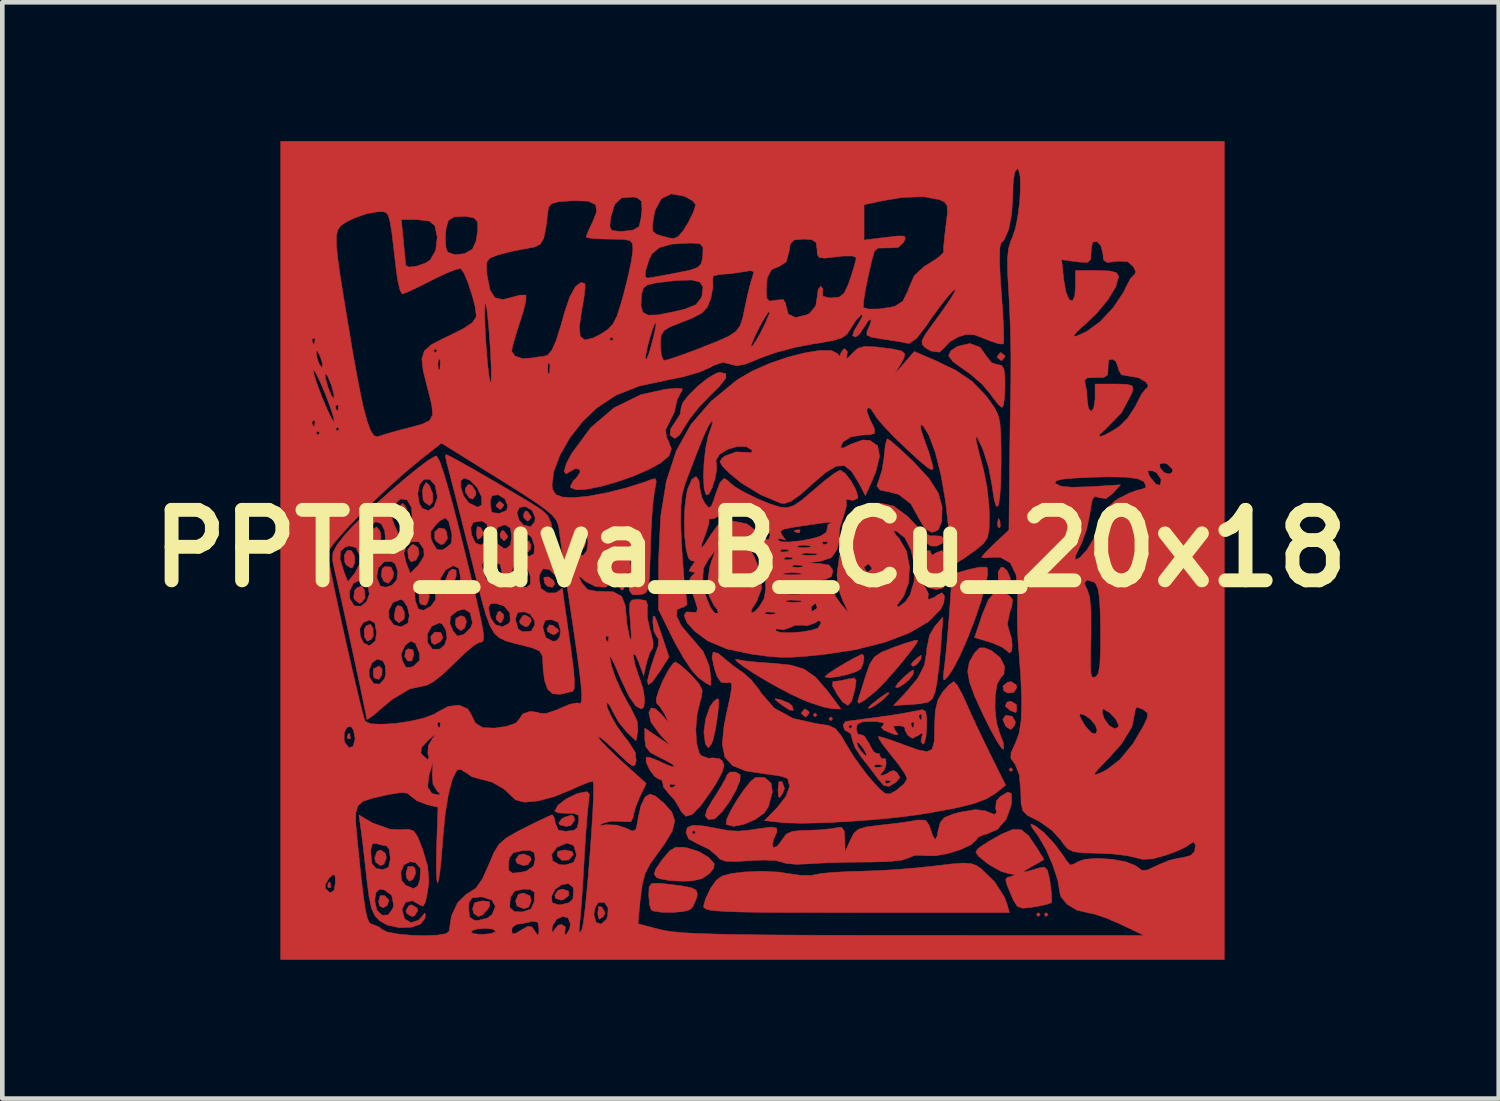
<source format=kicad_pcb>
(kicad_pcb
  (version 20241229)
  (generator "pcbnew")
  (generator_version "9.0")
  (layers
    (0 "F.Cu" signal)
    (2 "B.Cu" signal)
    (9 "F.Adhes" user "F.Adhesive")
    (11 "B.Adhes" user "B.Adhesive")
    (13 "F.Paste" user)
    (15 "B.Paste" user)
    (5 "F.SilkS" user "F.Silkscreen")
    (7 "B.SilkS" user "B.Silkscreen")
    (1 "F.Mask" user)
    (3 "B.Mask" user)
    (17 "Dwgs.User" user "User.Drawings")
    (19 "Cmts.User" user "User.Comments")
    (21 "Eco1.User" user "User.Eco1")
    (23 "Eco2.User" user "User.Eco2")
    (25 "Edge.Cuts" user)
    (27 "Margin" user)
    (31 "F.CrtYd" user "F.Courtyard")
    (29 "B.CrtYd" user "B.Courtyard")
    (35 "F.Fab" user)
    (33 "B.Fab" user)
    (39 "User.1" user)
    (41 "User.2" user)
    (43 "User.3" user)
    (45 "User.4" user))
  (footprint "PPTP_uva_B_Cu_20x18"
    (layer "F.Cu")
    (at 13.179 8.81)
    (property "Reference" "PPTP_uva_B_Cu_20x18" (at 0 0 0) (layer "F.SilkS") (effects (font (size 1.524 1.524) (thickness 0.3))))
    (attr through_hole)
    (fp_poly (pts (xy 1.439 3.598) (xy 1.397 3.641) (xy 1.355 3.598) (xy 1.397 3.556) (xy 1.439 3.598)) (stroke (width 0.01) (type solid)) (fill yes) (layer "F.Cu"))
    (fp_poly (pts (xy 1.778 3.683) (xy 1.736 3.725) (xy 1.693 3.683) (xy 1.736 3.641) (xy 1.778 3.683)) (stroke (width 0.01) (type solid)) (fill yes) (layer "F.Cu"))
    (fp_poly (pts (xy 5.673 4.784) (xy 5.63 4.826) (xy 5.588 4.784) (xy 5.63 4.741) (xy 5.673 4.784)) (stroke (width 0.01) (type solid)) (fill yes) (layer "F.Cu"))
    (fp_poly (pts (xy 6.265 7.916) (xy 6.223 7.959) (xy 6.181 7.916) (xy 6.223 7.874) (xy 6.265 7.916)) (stroke (width 0.01) (type solid)) (fill yes) (layer "F.Cu"))
    (fp_poly (pts (xy 6.435 7.916) (xy 6.392 7.959) (xy 6.35 7.916) (xy 6.392 7.874) (xy 6.435 7.916)) (stroke (width 0.01) (type solid)) (fill yes) (layer "F.Cu"))
    (fp_poly (pts (xy -9.088 7.225) (xy -9.077 7.325) (xy -9.088 7.338) (xy -9.138 7.326) (xy -9.144 7.281) (xy -9.113 7.212) (xy -9.088 7.225)) (stroke (width 0.01) (type solid)) (fill yes) (layer "F.Cu"))
    (fp_poly (pts (xy -8.664 4.008) (xy -8.654 4.108) (xy -8.664 4.12) (xy -8.715 4.109) (xy -8.721 4.064) (xy -8.69 3.994) (xy -8.664 4.008)) (stroke (width 0.01) (type solid)) (fill yes) (layer "F.Cu"))
    (fp_poly (pts (xy 1.072 -0.395) (xy 1.061 -0.345) (xy 1.016 -0.339) (xy 0.946 -0.37) (xy 0.96 -0.395) (xy 1.06 -0.405) (xy 1.072 -0.395)) (stroke (width 0.01) (type solid)) (fill yes) (layer "F.Cu"))
    (fp_poly (pts (xy 5.392 -0.609) (xy 5.402 -0.476) (xy 5.385 -0.446) (xy 5.347 -0.472) (xy 5.341 -0.557) (xy 5.361 -0.648) (xy 5.392 -0.609)) (stroke (width 0.01) (type solid)) (fill yes) (layer "F.Cu"))
    (fp_poly (pts (xy -7.913 7.506) (xy -7.817 7.603) (xy -7.857 7.72) (xy -7.943 7.77) (xy -8.023 7.728) (xy -8.043 7.63) (xy -8.006 7.504) (xy -7.913 7.506)) (stroke (width 0.01) (type solid)) (fill yes) (layer "F.Cu"))
    (fp_poly (pts (xy -7.302 2.188) (xy -7.281 2.289) (xy -7.323 2.432) (xy -7.412 2.435) (xy -7.479 2.335) (xy -7.456 2.206) (xy -7.403 2.169) (xy -7.302 2.188)) (stroke (width 0.01) (type solid)) (fill yes) (layer "F.Cu"))
    (fp_poly (pts (xy -4.868 0.527) (xy -4.853 0.628) (xy -4.946 0.677) (xy -5.063 0.609) (xy -5.08 0.543) (xy -5.031 0.445) (xy -4.979 0.443) (xy -4.868 0.527)) (stroke (width 0.01) (type solid)) (fill yes) (layer "F.Cu"))
    (fp_poly (pts (xy -4.749 -0.067) (xy -4.759 0.012) (xy -4.806 0.075) (xy -4.861 0.011) (xy -4.892 -0.113) (xy -4.877 -0.147) (xy -4.793 -0.161) (xy -4.749 -0.067)) (stroke (width 0.01) (type solid)) (fill yes) (layer "F.Cu"))
    (fp_poly (pts (xy -8.162 1.727) (xy -8.158 1.896) (xy -8.199 1.967) (xy -8.291 2.002) (xy -8.348 1.913) (xy -8.352 1.744) (xy -8.311 1.673) (xy -8.219 1.638) (xy -8.162 1.727)) (stroke (width 0.01) (type solid)) (fill yes) (layer "F.Cu"))
    (fp_poly (pts (xy -7.967 2.603) (xy -7.97 2.73) (xy -8.034 2.831) (xy -8.125 2.81) (xy -8.156 2.759) (xy -8.156 2.604) (xy -8.032 2.54) (xy -8.029 2.54) (xy -7.967 2.603)) (stroke (width 0.01) (type solid)) (fill yes) (layer "F.Cu"))
    (fp_poly (pts (xy -7.898 6.59) (xy -7.874 6.689) (xy -7.927 6.827) (xy -8.001 6.858) (xy -8.104 6.787) (xy -8.128 6.689) (xy -8.075 6.551) (xy -8.001 6.519) (xy -7.898 6.59)) (stroke (width 0.01) (type solid)) (fill yes) (layer "F.Cu"))
    (fp_poly (pts (xy -7.775 0.402) (xy -7.717 0.526) (xy -7.737 0.639) (xy -7.829 0.753) (xy -7.93 0.713) (xy -7.982 0.598) (xy -7.968 0.443) (xy -7.91 0.39) (xy -7.775 0.402)) (stroke (width 0.01) (type solid)) (fill yes) (layer "F.Cu"))
    (fp_poly (pts (xy -7.259 6.909) (xy -7.239 7.023) (xy -7.299 7.152) (xy -7.375 7.197) (xy -7.437 7.126) (xy -7.451 7.027) (xy -7.408 6.88) (xy -7.305 6.872) (xy -7.259 6.909)) (stroke (width 0.01) (type solid)) (fill yes) (layer "F.Cu"))
    (fp_poly (pts (xy -7.211 7.772) (xy -7.197 7.832) (xy -7.264 7.944) (xy -7.324 7.959) (xy -7.436 7.891) (xy -7.451 7.832) (xy -7.383 7.719) (xy -7.324 7.705) (xy -7.211 7.772)) (stroke (width 0.01) (type solid)) (fill yes) (layer "F.Cu"))
    (fp_poly (pts (xy -6.71 1.812) (xy -6.685 1.832) (xy -6.654 1.945) (xy -6.72 2.023) (xy -6.841 2.08) (xy -6.902 2.029) (xy -6.913 1.9) (xy -6.828 1.809) (xy -6.71 1.812)) (stroke (width 0.01) (type solid)) (fill yes) (layer "F.Cu"))
    (fp_poly (pts (xy -6.367 0.469) (xy -6.364 0.598) (xy -6.43 0.765) (xy -6.505 0.828) (xy -6.587 0.801) (xy -6.59 0.672) (xy -6.524 0.505) (xy -6.449 0.442) (xy -6.367 0.469)) (stroke (width 0.01) (type solid)) (fill yes) (layer "F.Cu"))
    (fp_poly (pts (xy -6.184 1.479) (xy -6.142 1.584) (xy -6.18 1.716) (xy -6.265 1.778) (xy -6.35 1.711) (xy -6.38 1.654) (xy -6.372 1.513) (xy -6.266 1.454) (xy -6.184 1.479)) (stroke (width 0.01) (type solid)) (fill yes) (layer "F.Cu"))
    (fp_poly (pts (xy -6.024 -1.363) (xy -5.939 -1.229) (xy -5.94 -1.156) (xy -6.008 -1.068) (xy -6.083 -1.092) (xy -6.168 -1.226) (xy -6.168 -1.299) (xy -6.1 -1.388) (xy -6.024 -1.363)) (stroke (width 0.01) (type solid)) (fill yes) (layer "F.Cu"))
    (fp_poly (pts (xy -5.846 -0.46) (xy -5.825 -0.44) (xy -5.767 -0.325) (xy -5.825 -0.237) (xy -5.901 -0.195) (xy -5.926 -0.298) (xy -5.927 -0.339) (xy -5.91 -0.473) (xy -5.846 -0.46)) (stroke (width 0.01) (type solid)) (fill yes) (layer "F.Cu"))
    (fp_poly (pts (xy -5.515 0.446) (xy -5.525 0.565) (xy -5.56 0.674) (xy -5.603 0.624) (xy -5.628 0.568) (xy -5.659 0.419) (xy -5.641 0.363) (xy -5.557 0.344) (xy -5.515 0.446)) (stroke (width 0.01) (type solid)) (fill yes) (layer "F.Cu"))
    (fp_poly (pts (xy -5.344 1.423) (xy -5.334 1.482) (xy -5.38 1.594) (xy -5.419 1.609) (xy -5.494 1.54) (xy -5.503 1.482) (xy -5.458 1.369) (xy -5.419 1.355) (xy -5.344 1.423)) (stroke (width 0.01) (type solid)) (fill yes) (layer "F.Cu"))
    (fp_poly (pts (xy -5.336 -0.952) (xy -5.334 -0.931) (xy -5.398 -0.849) (xy -5.419 -0.847) (xy -5.501 -0.911) (xy -5.503 -0.931) (xy -5.439 -1.014) (xy -5.419 -1.016) (xy -5.336 -0.952)) (stroke (width 0.01) (type solid)) (fill yes) (layer "F.Cu"))
    (fp_poly (pts (xy -5.334 -0.381) (xy -5.253 -0.273) (xy -5.249 -0.249) (xy -5.314 -0.172) (xy -5.334 -0.169) (xy -5.408 -0.238) (xy -5.419 -0.301) (xy -5.378 -0.389) (xy -5.334 -0.381)) (stroke (width 0.01) (type solid)) (fill yes) (layer "F.Cu"))
    (fp_poly (pts (xy -4.826 -0.804) (xy -4.745 -0.696) (xy -4.741 -0.672) (xy -4.806 -0.595) (xy -4.826 -0.593) (xy -4.9 -0.662) (xy -4.911 -0.725) (xy -4.87 -0.812) (xy -4.826 -0.804)) (stroke (width 0.01) (type solid)) (fill yes) (layer "F.Cu"))
    (fp_poly (pts (xy -4.773 6.657) (xy -4.741 6.731) (xy -4.812 6.834) (xy -4.911 6.858) (xy -5.049 6.805) (xy -5.08 6.731) (xy -5.009 6.628) (xy -4.911 6.604) (xy -4.773 6.657)) (stroke (width 0.01) (type solid)) (fill yes) (layer "F.Cu"))
    (fp_poly (pts (xy -4.769 7.511) (xy -4.741 7.62) (xy -4.801 7.762) (xy -4.911 7.789) (xy -5.052 7.729) (xy -5.08 7.62) (xy -5.02 7.478) (xy -4.911 7.451) (xy -4.769 7.511)) (stroke (width 0.01) (type solid)) (fill yes) (layer "F.Cu"))
    (fp_poly (pts (xy -4.756 1.507) (xy -4.741 1.566) (xy -4.809 1.679) (xy -4.868 1.693) (xy -4.981 1.626) (xy -4.995 1.566) (xy -4.928 1.454) (xy -4.868 1.439) (xy -4.756 1.507)) (stroke (width 0.01) (type solid)) (fill yes) (layer "F.Cu"))
    (fp_poly (pts (xy -4.276 1.663) (xy -4.164 1.746) (xy -4.149 1.787) (xy -4.217 1.854) (xy -4.276 1.863) (xy -4.388 1.796) (xy -4.403 1.738) (xy -4.347 1.653) (xy -4.276 1.663)) (stroke (width 0.01) (type solid)) (fill yes) (layer "F.Cu"))
    (fp_poly (pts (xy -4.259 0.695) (xy -4.233 0.767) (xy -4.287 0.842) (xy -4.394 0.815) (xy -4.448 0.756) (xy -4.471 0.642) (xy -4.459 0.621) (xy -4.36 0.615) (xy -4.259 0.695)) (stroke (width 0.01) (type solid)) (fill yes) (layer "F.Cu"))
    (fp_poly (pts (xy -3.933 7.411) (xy -3.93 7.505) (xy -4.039 7.59) (xy -4.092 7.605) (xy -4.213 7.569) (xy -4.233 7.499) (xy -4.162 7.389) (xy -4.057 7.366) (xy -3.933 7.411)) (stroke (width 0.01) (type solid)) (fill yes) (layer "F.Cu"))
    (fp_poly (pts (xy -3.854 6.553) (xy -3.831 6.625) (xy -3.934 6.737) (xy -4.079 6.744) (xy -4.178 6.65) (xy -4.172 6.551) (xy -4.03 6.519) (xy -4.012 6.519) (xy -3.854 6.553)) (stroke (width 0.01) (type solid)) (fill yes) (layer "F.Cu"))
    (fp_poly (pts (xy -3.566 -0.185) (xy -3.556 -0.127) (xy -3.602 -0.014) (xy -3.641 0) (xy -3.716 -0.069) (xy -3.725 -0.127) (xy -3.68 -0.24) (xy -3.641 -0.254) (xy -3.566 -0.185)) (stroke (width 0.01) (type solid)) (fill yes) (layer "F.Cu"))
    (fp_poly (pts (xy -3.221 7.753) (xy -3.2 7.772) (xy -3.142 7.888) (xy -3.2 7.976) (xy -3.276 8.017) (xy -3.301 7.915) (xy -3.302 7.874) (xy -3.285 7.739) (xy -3.221 7.753)) (stroke (width 0.01) (type solid)) (fill yes) (layer "F.Cu"))
    (fp_poly (pts (xy 0.686 5.055) (xy 0.735 5.188) (xy 0.689 5.305) (xy 0.625 5.393) (xy 0.6 5.342) (xy 0.595 5.211) (xy 0.61 5.048) (xy 0.665 5.037) (xy 0.686 5.055)) (stroke (width 0.01) (type solid)) (fill yes) (layer "F.Cu"))
    (fp_poly (pts (xy 1.268 3.536) (xy 1.27 3.556) (xy 1.206 3.638) (xy 1.185 3.641) (xy 1.103 3.576) (xy 1.101 3.556) (xy 1.165 3.474) (xy 1.185 3.471) (xy 1.268 3.536)) (stroke (width 0.01) (type solid)) (fill yes) (layer "F.Cu"))
    (fp_poly (pts (xy 3.686 2.374) (xy 3.676 2.401) (xy 3.6 2.505) (xy 3.51 2.549) (xy 3.471 2.508) (xy 3.528 2.435) (xy 3.6 2.369) (xy 3.692 2.307) (xy 3.686 2.374)) (stroke (width 0.01) (type solid)) (fill yes) (layer "F.Cu"))
    (fp_poly (pts (xy 5.501 -4.169) (xy 5.503 -4.149) (xy 5.439 -4.066) (xy 5.419 -4.064) (xy 5.336 -4.128) (xy 5.334 -4.149) (xy 5.398 -4.231) (xy 5.419 -4.233) (xy 5.501 -4.169)) (stroke (width 0.01) (type solid)) (fill yes) (layer "F.Cu"))
    (fp_poly (pts (xy 5.743 2.947) (xy 5.757 3.006) (xy 5.694 3.112) (xy 5.561 3.127) (xy 5.477 3.079) (xy 5.458 2.975) (xy 5.555 2.893) (xy 5.635 2.879) (xy 5.743 2.947)) (stroke (width 0.01) (type solid)) (fill yes) (layer "F.Cu"))
    (fp_poly (pts (xy -8.63 0.046) (xy -8.565 0.154) (xy -8.557 0.303) (xy -8.604 0.411) (xy -8.639 0.423) (xy -8.742 0.356) (xy -8.773 0.3) (xy -8.785 0.147) (xy -8.721 0.044) (xy -8.63 0.046)) (stroke (width 0.01) (type solid)) (fill yes) (layer "F.Cu"))
    (fp_poly (pts (xy -8.349 0.894) (xy -8.334 1.07) (xy -8.417 1.177) (xy -8.463 1.185) (xy -8.551 1.118) (xy -8.58 1.065) (xy -8.563 0.913) (xy -8.514 0.851) (xy -8.407 0.811) (xy -8.349 0.894)) (stroke (width 0.01) (type solid)) (fill yes) (layer "F.Cu"))
    (fp_poly (pts (xy -7.546 1.254) (xy -7.487 1.368) (xy -7.484 1.502) (xy -7.498 1.532) (xy -7.602 1.608) (xy -7.687 1.543) (xy -7.705 1.444) (xy -7.67 1.285) (xy -7.629 1.233) (xy -7.546 1.254)) (stroke (width 0.01) (type solid)) (fill yes) (layer "F.Cu"))
    (fp_poly (pts (xy -7.19 -0.02) (xy -7.168 0.119) (xy -7.232 0.248) (xy -7.234 0.25) (xy -7.341 0.29) (xy -7.399 0.206) (xy -7.414 0.03) (xy -7.331 -0.076) (xy -7.285 -0.085) (xy -7.19 -0.02)) (stroke (width 0.01) (type solid)) (fill yes) (layer "F.Cu"))
    (fp_poly (pts (xy -6.957 0.913) (xy -6.947 1.055) (xy -6.992 1.192) (xy -7.028 1.228) (xy -7.125 1.21) (xy -7.162 1.152) (xy -7.171 0.979) (xy -7.083 0.862) (xy -7.022 0.847) (xy -6.957 0.913)) (stroke (width 0.01) (type solid)) (fill yes) (layer "F.Cu"))
    (fp_poly (pts (xy -6.622 -0.426) (xy -6.579 -0.376) (xy -6.551 -0.213) (xy -6.631 -0.1) (xy -6.696 -0.085) (xy -6.794 -0.153) (xy -6.831 -0.22) (xy -6.827 -0.361) (xy -6.736 -0.443) (xy -6.622 -0.426)) (stroke (width 0.01) (type solid)) (fill yes) (layer "F.Cu"))
    (fp_poly (pts (xy -5.648 7.637) (xy -5.637 7.716) (xy -5.673 7.789) (xy -5.794 7.924) (xy -5.887 7.959) (xy -5.988 7.888) (xy -6.011 7.789) (xy -5.963 7.657) (xy -5.797 7.62) (xy -5.648 7.637)) (stroke (width 0.01) (type solid)) (fill yes) (layer "F.Cu"))
    (fp_poly (pts (xy -3.814 5.807) (xy -3.81 5.884) (xy -3.881 5.988) (xy -3.979 6.011) (xy -4.117 5.98) (xy -4.149 5.936) (xy -4.081 5.844) (xy -4.015 5.809) (xy -3.864 5.763) (xy -3.814 5.807)) (stroke (width 0.01) (type solid)) (fill yes) (layer "F.Cu"))
    (fp_poly (pts (xy 5.649 3.626) (xy 5.662 3.634) (xy 5.731 3.754) (xy 5.704 3.834) (xy 5.63 3.918) (xy 5.541 3.864) (xy 5.515 3.837) (xy 5.454 3.699) (xy 5.513 3.61) (xy 5.649 3.626)) (stroke (width 0.01) (type solid)) (fill yes) (layer "F.Cu"))
    (fp_poly (pts (xy 5.743 3.37) (xy 5.757 3.429) (xy 5.746 3.538) (xy 5.736 3.549) (xy 5.651 3.517) (xy 5.609 3.5) (xy 5.51 3.41) (xy 5.544 3.323) (xy 5.63 3.302) (xy 5.743 3.37)) (stroke (width 0.01) (type solid)) (fill yes) (layer "F.Cu"))
    (fp_poly (pts (xy -7.457 -0.904) (xy -7.434 -0.846) (xy -7.402 -0.642) (xy -7.471 -0.522) (xy -7.531 -0.508) (xy -7.618 -0.576) (xy -7.655 -0.646) (xy -7.651 -0.822) (xy -7.605 -0.907) (xy -7.519 -0.977) (xy -7.457 -0.904)) (stroke (width 0.01) (type solid)) (fill yes) (layer "F.Cu"))
    (fp_poly (pts (xy 0.656 3.273) (xy 0.657 3.273) (xy 0.829 3.344) (xy 0.899 3.403) (xy 0.929 3.5) (xy 0.848 3.494) (xy 0.677 3.385) (xy 0.676 3.384) (xy 0.539 3.276) (xy 0.533 3.246) (xy 0.656 3.273)) (stroke (width 0.01) (type solid)) (fill yes) (layer "F.Cu"))
    (fp_poly (pts (xy 2.999 3.123) (xy 2.97 3.163) (xy 2.85 3.28) (xy 2.702 3.389) (xy 2.581 3.454) (xy 2.54 3.448) (xy 2.601 3.385) (xy 2.755 3.262) (xy 2.815 3.217) (xy 2.965 3.118) (xy 2.999 3.123)) (stroke (width 0.01) (type solid)) (fill yes) (layer "F.Cu"))
    (fp_poly (pts (xy 5.546 0.476) (xy 5.612 0.623) (xy 5.625 0.758) (xy 5.601 0.796) (xy 5.482 0.793) (xy 5.427 0.767) (xy 5.357 0.657) (xy 5.354 0.512) (xy 5.413 0.411) (xy 5.457 0.402) (xy 5.546 0.476)) (stroke (width 0.01) (type solid)) (fill yes) (layer "F.Cu"))
    (fp_poly (pts (xy -6.949 -1.368) (xy -6.939 -1.352) (xy -6.871 -1.176) (xy -6.869 -1.013) (xy -6.934 -0.932) (xy -6.945 -0.931) (xy -7.048 -0.999) (xy -7.081 -1.058) (xy -7.095 -1.245) (xy -7.074 -1.331) (xy -7.017 -1.428) (xy -6.949 -1.368)) (stroke (width 0.01) (type solid)) (fill yes) (layer "F.Cu"))
    (fp_poly (pts (xy 3.524 2.688) (xy 3.509 2.732) (xy 3.432 2.835) (xy 3.306 2.939) (xy 3.188 3.007) (xy 3.133 2.997) (xy 3.133 2.995) (xy 3.189 2.912) (xy 3.315 2.784) (xy 3.449 2.668) (xy 3.524 2.625) (xy 3.524 2.688)) (stroke (width 0.01) (type solid)) (fill yes) (layer "F.Cu"))
    (fp_poly (pts (xy 2.284 2.856) (xy 2.259 3.036) (xy 2.255 3.053) (xy 2.187 3.305) (xy 2.106 3.394) (xy 1.995 3.323) (xy 1.883 3.171) (xy 1.773 2.969) (xy 1.78 2.881) (xy 1.798 2.878) (xy 1.96 2.856) (xy 2.109 2.822) (xy 2.243 2.799) (xy 2.284 2.856)) (stroke (width 0.01) (type solid)) (fill yes) (layer "F.Cu"))
    (fp_poly (pts (xy -0.686 3.273) (xy -0.69 3.418) (xy -0.715 3.636) (xy -0.76 3.92) (xy -0.814 4.146) (xy -0.846 4.229) (xy -0.912 4.312) (xy -0.966 4.24) (xy -0.978 4.208) (xy -1.009 3.971) (xy -0.969 3.681) (xy -0.877 3.421) (xy -0.797 3.308) (xy -0.719 3.246) (xy -0.686 3.273)) (stroke (width 0.01) (type solid)) (fill yes) (layer "F.Cu"))
    (fp_poly (pts (xy 2.454 2.351) (xy 2.434 2.49) (xy 2.388 2.6) (xy 2.288 2.662) (xy 2.1 2.724) (xy 1.886 2.773) (xy 1.703 2.795) (xy 1.611 2.778) (xy 1.609 2.77) (xy 1.675 2.712) (xy 1.838 2.604) (xy 2.046 2.478) (xy 2.248 2.365) (xy 2.391 2.295) (xy 2.424 2.286) (xy 2.454 2.351)) (stroke (width 0.01) (type solid)) (fill yes) (layer "F.Cu"))
    (fp_poly (pts (xy -0.223 4.893) (xy -0.229 5.019) (xy -0.316 5.232) (xy -0.461 5.483) (xy -0.614 5.693) (xy -0.778 5.849) (xy -0.907 5.859) (xy -0.923 5.85) (xy -0.976 5.78) (xy -0.948 5.66) (xy -0.83 5.453) (xy -0.775 5.37) (xy -0.63 5.138) (xy -0.533 4.962) (xy -0.508 4.896) (xy -0.445 4.835) (xy -0.317 4.835) (xy -0.223 4.893)) (stroke (width 0.01) (type solid)) (fill yes) (layer "F.Cu"))
    (fp_poly (pts (xy 4.111 2.159) (xy 4.079 2.518) (xy 4.039 2.842) (xy 3.999 3.069) (xy 3.994 3.09) (xy 3.937 3.244) (xy 3.84 3.324) (xy 3.651 3.36) (xy 3.508 3.371) (xy 3.09 3.397) (xy 3.355 3.117) (xy 3.617 2.804) (xy 3.759 2.527) (xy 3.809 2.233) (xy 3.81 2.174) (xy 3.873 1.869) (xy 3.985 1.682) (xy 4.16 1.482) (xy 4.111 2.159)) (stroke (width 0.01) (type solid)) (fill yes) (layer "F.Cu"))
    (fp_poly (pts (xy -2.075 1.463) (xy -2.015 1.601) (xy -1.936 1.83) (xy -1.762 2.348) (xy -1.96 2.655) (xy -2.12 2.878) (xy -2.211 2.948) (xy -2.23 2.866) (xy -2.174 2.633) (xy -2.165 2.603) (xy -2.082 2.349) (xy -2.011 2.146) (xy -1.994 2.104) (xy -1.987 1.959) (xy -2.026 1.909) (xy -2.088 1.792) (xy -2.113 1.589) (xy -2.113 1.583) (xy -2.104 1.461) (xy -2.075 1.463)) (stroke (width 0.01) (type solid)) (fill yes) (layer "F.Cu"))
    (fp_poly (pts (xy -1.841 7.252) (xy -1.49 7.295) (xy -1.278 7.336) (xy -1.174 7.391) (xy -1.149 7.471) (xy -1.165 7.556) (xy -1.24 7.733) (xy -1.305 7.809) (xy -1.448 7.85) (xy -1.675 7.87) (xy -1.915 7.867) (xy -2.097 7.841) (xy -2.145 7.818) (xy -2.184 7.701) (xy -2.201 7.497) (xy -2.201 7.487) (xy -2.193 7.316) (xy -2.136 7.244) (xy -1.985 7.238) (xy -1.841 7.252)) (stroke (width 0.01) (type solid)) (fill yes) (layer "F.Cu"))
    (fp_poly (pts (xy 0.306 4.953) (xy 0.445 5.075) (xy 0.473 5.264) (xy 0.467 5.286) (xy 0.413 5.482) (xy 0.392 5.572) (xy 0.294 5.723) (xy 0.097 5.862) (xy -0.143 5.965) (xy -0.368 6.009) (xy -0.522 5.969) (xy -0.526 5.965) (xy -0.518 5.866) (xy -0.433 5.68) (xy -0.3 5.45) (xy -0.146 5.222) (xy -0.001 5.04) (xy 0.109 4.949) (xy 0.11 4.949) (xy 0.306 4.953)) (stroke (width 0.01) (type solid)) (fill yes) (layer "F.Cu"))
    (fp_poly (pts (xy 5.587 1.013) (xy 5.664 1.097) (xy 5.654 1.235) (xy 5.611 1.362) (xy 5.554 1.631) (xy 5.596 1.794) (xy 5.646 1.944) (xy 5.659 2.106) (xy 5.641 2.228) (xy 5.595 2.259) (xy 5.563 2.225) (xy 5.444 2.136) (xy 5.232 2.043) (xy 5.17 2.024) (xy 4.844 1.926) (xy 5.012 1.429) (xy 5.139 1.117) (xy 5.269 0.958) (xy 5.422 0.937) (xy 5.587 1.013)) (stroke (width 0.01) (type solid)) (fill yes) (layer "F.Cu"))
    (fp_poly (pts (xy -1.446 6.462) (xy -1.366 6.475) (xy -1.111 6.557) (xy -0.905 6.681) (xy -0.894 6.692) (xy -0.784 6.817) (xy -0.794 6.913) (xy -0.886 7.024) (xy -1.042 7.138) (xy -1.275 7.189) (xy -1.474 7.195) (xy -1.747 7.18) (xy -1.961 7.143) (xy -2.026 7.117) (xy -2.084 7.046) (xy -2.05 6.932) (xy -1.913 6.734) (xy -1.91 6.73) (xy -1.751 6.54) (xy -1.618 6.461) (xy -1.446 6.462)) (stroke (width 0.01) (type solid)) (fill yes) (layer "F.Cu"))
    (fp_poly (pts (xy -0.533 -3.779) (xy -0.536 -3.68) (xy -0.673 -3.504) (xy -0.874 -3.307) (xy -1.111 -3.061) (xy -1.317 -2.802) (xy -1.401 -2.67) (xy -1.537 -2.451) (xy -1.638 -2.378) (xy -1.725 -2.44) (xy -1.74 -2.462) (xy -1.729 -2.582) (xy -1.628 -2.737) (xy -1.52 -2.905) (xy -1.502 -3.034) (xy -1.466 -3.151) (xy -1.33 -3.322) (xy -1.137 -3.512) (xy -0.927 -3.68) (xy -0.742 -3.789) (xy -0.66 -3.81) (xy -0.533 -3.779)) (stroke (width 0.01) (type solid)) (fill yes) (layer "F.Cu"))
    (fp_poly (pts (xy 5.119 0.418) (xy 5.128 0.557) (xy 5.077 0.814) (xy 4.981 1.151) (xy 4.852 1.532) (xy 4.702 1.921) (xy 4.546 2.282) (xy 4.395 2.577) (xy 4.281 2.752) (xy 4.2 2.842) (xy 4.168 2.827) (xy 4.177 2.682) (xy 4.196 2.533) (xy 4.226 2.27) (xy 4.26 1.902) (xy 4.294 1.496) (xy 4.304 1.352) (xy 4.36 0.557) (xy 4.719 0.454) (xy 4.944 0.405) (xy 5.093 0.403) (xy 5.119 0.418)) (stroke (width 0.01) (type solid)) (fill yes) (layer "F.Cu"))
    (fp_poly (pts (xy 3.585 2.057) (xy 3.466 2.221) (xy 3.292 2.44) (xy 3.093 2.676) (xy 2.896 2.895) (xy 2.733 3.062) (xy 2.695 3.096) (xy 2.465 3.281) (xy 2.342 3.35) (xy 2.317 3.306) (xy 2.323 3.285) (xy 2.367 3.146) (xy 2.442 2.908) (xy 2.494 2.741) (xy 2.581 2.495) (xy 2.679 2.345) (xy 2.837 2.24) (xy 3.105 2.133) (xy 3.111 2.131) (xy 3.368 2.042) (xy 3.553 1.989) (xy 3.619 1.982) (xy 3.585 2.057)) (stroke (width 0.01) (type solid)) (fill yes) (layer "F.Cu"))
    (fp_poly (pts (xy 4.964 -4.351) (xy 5.084 -4.179) (xy 5.211 -4.017) (xy 5.332 -3.979) (xy 5.431 -3.96) (xy 5.482 -3.874) (xy 5.501 -3.682) (xy 5.503 -3.514) (xy 5.493 -3.259) (xy 5.466 -3.09) (xy 5.44 -3.049) (xy 5.358 -3.114) (xy 5.232 -3.275) (xy 5.192 -3.335) (xy 5.008 -3.551) (xy 4.751 -3.774) (xy 4.624 -3.863) (xy 4.379 -4.037) (xy 4.283 -4.168) (xy 4.33 -4.277) (xy 4.48 -4.372) (xy 4.744 -4.433) (xy 4.964 -4.351)) (stroke (width 0.01) (type solid)) (fill yes) (layer "F.Cu"))
    (fp_poly (pts (xy -0.25 2.406) (xy -0.233 2.412) (xy -0.1 2.434) (xy 0.15 2.459) (xy 0.463 2.481) (xy 0.479 2.481) (xy 0.875 2.522) (xy 1.163 2.611) (xy 1.402 2.779) (xy 1.647 3.059) (xy 1.719 3.154) (xy 1.956 3.471) (xy 1.761 3.464) (xy 1.574 3.427) (xy 1.307 3.341) (xy 1.135 3.273) (xy 0.883 3.156) (xy 0.604 3.01) (xy 0.323 2.852) (xy 0.065 2.696) (xy -0.146 2.557) (xy -0.285 2.453) (xy -0.328 2.397) (xy -0.25 2.406)) (stroke (width 0.01) (type solid)) (fill yes) (layer "F.Cu"))
    (fp_poly (pts (xy 3.044 -2.315) (xy 3.213 -2.168) (xy 3.44 -1.955) (xy 3.537 -1.862) (xy 3.864 -1.507) (xy 4.061 -1.197) (xy 4.144 -0.895) (xy 4.135 -0.583) (xy 4.057 -0.398) (xy 3.922 -0.347) (xy 3.773 -0.427) (xy 3.658 -0.619) (xy 3.467 -0.966) (xy 3.203 -1.169) (xy 3.015 -1.218) (xy 2.8 -1.263) (xy 2.731 -1.353) (xy 2.783 -1.503) (xy 2.844 -1.692) (xy 2.886 -1.954) (xy 2.891 -2.019) (xy 2.915 -2.236) (xy 2.95 -2.36) (xy 2.964 -2.371) (xy 3.044 -2.315)) (stroke (width 0.01) (type solid)) (fill yes) (layer "F.Cu"))
    (fp_poly (pts (xy 5.214 2.212) (xy 5.396 2.357) (xy 5.491 2.544) (xy 5.48 2.719) (xy 5.406 2.802) (xy 5.332 2.932) (xy 5.292 3.172) (xy 5.287 3.466) (xy 5.318 3.757) (xy 5.385 3.99) (xy 5.393 4.006) (xy 5.467 4.204) (xy 5.476 4.345) (xy 5.476 4.345) (xy 5.427 4.315) (xy 5.324 4.158) (xy 5.182 3.899) (xy 5.039 3.614) (xy 4.847 3.194) (xy 4.734 2.885) (xy 4.696 2.655) (xy 4.728 2.467) (xy 4.826 2.288) (xy 4.851 2.253) (xy 4.949 2.151) (xy 5.065 2.149) (xy 5.214 2.212)) (stroke (width 0.01) (type solid)) (fill yes) (layer "F.Cu"))
    (fp_poly (pts (xy -1.476 -3.454) (xy -1.483 -3.404) (xy -1.503 -3.381) (xy -1.596 -3.2) (xy -1.609 -3.113) (xy -1.654 -2.93) (xy -1.748 -2.745) (xy -1.837 -2.564) (xy -1.816 -2.406) (xy -1.777 -2.327) (xy -1.711 -2.152) (xy -1.754 -2.02) (xy -1.781 -1.986) (xy -1.95 -1.846) (xy -2.214 -1.702) (xy -2.537 -1.563) (xy -2.887 -1.44) (xy -3.23 -1.343) (xy -3.533 -1.283) (xy -3.762 -1.268) (xy -3.884 -1.311) (xy -3.895 -1.344) (xy -3.837 -1.455) (xy -3.769 -1.523) (xy -3.686 -1.644) (xy -3.691 -1.707) (xy -3.787 -1.73) (xy -3.862 -1.685) (xy -3.99 -1.613) (xy -4.031 -1.667) (xy -3.984 -1.832) (xy -3.871 -2.049) (xy -3.453 -2.615) (xy -2.949 -3.044) (xy -2.371 -3.326) (xy -1.831 -3.445) (xy -1.584 -3.466) (xy -1.476 -3.454)) (stroke (width 0.01) (type solid)) (fill yes) (layer "F.Cu"))
    (fp_poly (pts (xy 4.769 6.815) (xy 4.887 6.857) (xy 4.985 6.923) (xy 5.281 7.21) (xy 5.494 7.548) (xy 5.544 7.684) (xy 5.599 7.874) (xy 2.292 7.874) (xy 1.452 7.873) (xy 0.767 7.872) (xy 0.22 7.868) (xy -0.203 7.861) (xy -0.518 7.851) (xy -0.742 7.836) (xy -0.887 7.818) (xy -0.971 7.794) (xy -1.009 7.764) (xy -1.016 7.736) (xy -0.973 7.575) (xy -0.869 7.36) (xy -0.847 7.324) (xy -0.738 7.172) (xy -0.613 7.082) (xy -0.418 7.03) (xy -0.133 6.995) (xy 0.237 6.979) (xy 0.607 6.997) (xy 0.808 7.028) (xy 1.084 7.069) (xy 1.318 7.068) (xy 1.386 7.054) (xy 1.548 7.026) (xy 1.83 7.001) (xy 2.185 6.984) (xy 2.371 6.98) (xy 2.856 6.961) (xy 3.402 6.924) (xy 3.903 6.875) (xy 3.975 6.866) (xy 4.353 6.821) (xy 4.604 6.803) (xy 4.769 6.815)) (stroke (width 0.01) (type solid)) (fill yes) (layer "F.Cu"))
    (fp_poly (pts (xy 5.855 6.082) (xy 6.015 6.214) (xy 6.193 6.476) (xy 6.347 6.728) (xy 6.073 6.883) (xy 5.926 6.971) (xy 5.91 6.999) (xy 6.034 6.97) (xy 6.238 6.908) (xy 6.354 6.89) (xy 6.42 6.954) (xy 6.465 7.135) (xy 6.481 7.239) (xy 6.509 7.476) (xy 6.513 7.633) (xy 6.505 7.662) (xy 6.407 7.696) (xy 6.204 7.739) (xy 6.119 7.753) (xy 5.894 7.78) (xy 5.77 7.741) (xy 5.683 7.602) (xy 5.636 7.493) (xy 5.544 7.271) (xy 5.516 7.16) (xy 5.552 7.114) (xy 5.652 7.086) (xy 5.723 7.055) (xy 5.632 7.039) (xy 5.604 7.037) (xy 5.415 6.981) (xy 5.182 6.851) (xy 5.108 6.799) (xy 4.93 6.655) (xy 4.871 6.567) (xy 4.916 6.494) (xy 4.966 6.454) (xy 5.141 6.34) (xy 5.382 6.203) (xy 5.446 6.169) (xy 5.68 6.073) (xy 5.855 6.082)) (stroke (width 0.01) (type solid)) (fill yes) (layer "F.Cu"))
    (fp_poly (pts (xy -1.53 2.511) (xy -1.369 2.653) (xy -1.276 2.745) (xy -1.108 2.932) (xy -1.044 3.068) (xy -1.061 3.218) (xy -1.09 3.308) (xy -1.158 3.597) (xy -1.183 3.916) (xy -1.167 4.21) (xy -1.111 4.421) (xy -1.069 4.478) (xy -0.906 4.538) (xy -0.829 4.527) (xy -0.676 4.543) (xy -0.606 4.598) (xy -0.573 4.694) (xy -0.615 4.842) (xy -0.743 5.076) (xy -0.837 5.224) (xy -1.077 5.564) (xy -1.262 5.751) (xy -1.401 5.791) (xy -1.501 5.688) (xy -1.517 5.65) (xy -1.637 5.447) (xy -1.766 5.302) (xy -1.88 5.163) (xy -1.891 5.108) (xy -1.75 5.108) (xy -1.738 5.159) (xy -1.693 5.165) (xy -1.624 5.134) (xy -1.637 5.108) (xy -1.737 5.098) (xy -1.75 5.108) (xy -1.891 5.108) (xy -1.898 5.069) (xy -1.921 5.004) (xy -1.971 4.995) (xy -2.074 4.931) (xy -2.182 4.784) (xy -2.257 4.623) (xy -2.257 4.515) (xy -2.255 4.512) (xy -2.163 4.522) (xy -1.985 4.595) (xy -1.947 4.614) (xy -1.761 4.697) (xy -1.65 4.722) (xy -1.642 4.718) (xy -1.689 4.667) (xy -1.849 4.576) (xy -1.946 4.53) (xy -2.166 4.411) (xy -2.265 4.287) (xy -2.286 4.13) (xy -2.286 3.883) (xy -2.011 4.073) (xy -1.736 4.262) (xy -1.968 4.01) (xy -2.152 3.757) (xy -2.199 3.55) (xy -2.148 3.447) (xy -2.063 3.464) (xy -1.932 3.581) (xy -1.768 3.768) (xy -1.858 3.582) (xy -1.961 3.416) (xy -2.032 3.345) (xy -2.039 3.252) (xy -1.983 3.067) (xy -1.888 2.843) (xy -1.777 2.632) (xy -1.675 2.488) (xy -1.624 2.455) (xy -1.53 2.511)) (stroke (width 0.01) (type solid)) (fill yes) (layer "F.Cu"))
    (fp_poly (pts (xy -8.178 5.934) (xy -7.796 6.071) (xy -7.571 6.079) (xy -7.392 6.072) (xy -7.28 6.112) (xy -7.197 6.234) (xy -7.102 6.475) (xy -7.086 6.519) (xy -6.98 6.881) (xy -6.958 7.197) (xy -6.979 7.397) (xy -7.028 7.642) (xy -7.082 7.736) (xy -7.136 7.715) (xy -7.309 7.618) (xy -7.46 7.65) (xy -7.534 7.796) (xy -7.535 7.823) (xy -7.478 8.011) (xy -7.341 8.091) (xy -7.181 8.04) (xy -7.128 7.984) (xy -7.042 7.882) (xy -7.029 7.921) (xy -7.042 8.001) (xy -7.139 8.125) (xy -7.343 8.192) (xy -7.599 8.199) (xy -7.853 8.144) (xy -8.025 8.048) (xy -8.126 7.936) (xy -8.197 7.776) (xy -8.231 7.613) (xy -8.128 7.613) (xy -8.08 7.824) (xy -7.968 7.931) (xy -7.838 7.924) (xy -7.738 7.792) (xy -7.718 7.708) (xy -7.758 7.499) (xy -7.924 7.381) (xy -8.022 7.367) (xy -8.1 7.441) (xy -8.128 7.613) (xy -8.231 7.613) (xy -8.25 7.527) (xy -8.297 7.15) (xy -8.299 7.138) (xy -8.314 6.999) (xy -7.562 6.999) (xy -7.548 7.173) (xy -7.461 7.281) (xy -7.289 7.355) (xy -7.196 7.298) (xy -7.148 7.159) (xy -7.135 6.919) (xy -7.245 6.793) (xy -7.361 6.773) (xy -7.495 6.842) (xy -7.562 6.999) (xy -8.314 6.999) (xy -8.341 6.756) (xy -8.361 6.581) (xy -8.213 6.581) (xy -8.187 6.814) (xy -8.093 6.921) (xy -7.945 6.943) (xy -7.829 6.895) (xy -7.79 6.729) (xy -7.789 6.689) (xy -7.812 6.51) (xy -7.866 6.435) (xy -7.867 6.435) (xy -8.009 6.407) (xy -8.079 6.383) (xy -8.176 6.384) (xy -8.211 6.512) (xy -8.213 6.581) (xy -8.361 6.581) (xy -8.382 6.399) (xy -8.416 6.13) (xy -8.423 6.077) (xy -8.468 5.762) (xy -8.178 5.934)) (stroke (width 0.01) (type solid)) (fill yes) (layer "F.Cu"))
    (fp_poly (pts (xy -0.697 2.27) (xy -0.577 2.369) (xy -0.358 2.55) (xy -0.167 2.681) (xy 0.012 2.837) (xy 0.192 3.065) (xy 0.231 3.128) (xy 0.512 3.451) (xy 0.92 3.675) (xy 1.436 3.79) (xy 1.452 3.792) (xy 1.69 3.826) (xy 1.84 3.899) (xy 1.964 4.054) (xy 2.065 4.231) (xy 2.256 4.537) (xy 2.494 4.861) (xy 2.61 5.001) (xy 2.797 5.205) (xy 2.916 5.301) (xy 3.014 5.307) (xy 3.135 5.241) (xy 3.162 5.223) (xy 3.319 5.092) (xy 3.387 4.98) (xy 3.387 4.978) (xy 3.335 4.865) (xy 3.202 4.672) (xy 3.043 4.472) (xy 2.877 4.263) (xy 2.778 4.116) (xy 2.768 4.064) (xy 2.879 4.092) (xy 3.094 4.164) (xy 3.282 4.233) (xy 3.614 4.353) (xy 3.819 4.394) (xy 3.928 4.34) (xy 3.972 4.174) (xy 3.979 3.881) (xy 3.979 3.864) (xy 3.995 3.516) (xy 4.051 3.278) (xy 4.155 3.102) (xy 4.293 2.95) (xy 4.393 2.879) (xy 4.398 2.879) (xy 4.466 2.95) (xy 4.569 3.135) (xy 4.656 3.323) (xy 4.786 3.615) (xy 4.96 3.987) (xy 5.144 4.368) (xy 5.181 4.443) (xy 5.517 5.119) (xy 5.291 5.299) (xy 5.106 5.412) (xy 4.84 5.513) (xy 4.469 5.606) (xy 3.969 5.7) (xy 3.575 5.763) (xy 3.133 5.819) (xy 2.622 5.867) (xy 2.086 5.906) (xy 1.569 5.931) (xy 1.115 5.942) (xy 0.77 5.934) (xy 0.68 5.927) (xy 0.301 5.884) (xy 0.574 5.606) (xy 0.764 5.363) (xy 0.845 5.146) (xy 0.808 4.989) (xy 0.773 4.96) (xy 0.65 4.924) (xy 0.426 4.888) (xy 0.329 4.877) (xy -0.101 4.811) (xy -0.39 4.696) (xy -0.555 4.511) (xy -0.611 4.231) (xy -0.572 3.833) (xy -0.519 3.57) (xy -0.445 3.23) (xy -0.409 3.024) (xy -0.411 2.923) (xy -0.45 2.894) (xy -0.519 2.906) (xy -0.634 2.896) (xy -0.721 2.771) (xy -0.775 2.616) (xy -0.833 2.354) (xy -0.808 2.239) (xy -0.697 2.27)) (stroke (width 0.01) (type solid)) (fill yes) (layer "F.Cu"))
    (fp_poly (pts (xy 5.642 5.299) (xy 5.646 5.474) (xy 5.633 5.567) (xy 5.528 5.857) (xy 5.337 6.076) (xy 5.102 6.177) (xy 5.068 6.179) (xy 4.921 6.243) (xy 4.883 6.299) (xy 4.77 6.405) (xy 4.546 6.51) (xy 4.268 6.597) (xy 3.994 6.646) (xy 3.781 6.642) (xy 3.775 6.641) (xy 3.553 6.634) (xy 3.432 6.686) (xy 3.277 6.739) (xy 2.976 6.771) (xy 2.552 6.782) (xy 2.523 6.781) (xy 2.106 6.784) (xy 1.69 6.795) (xy 1.348 6.813) (xy 1.27 6.819) (xy 0.988 6.83) (xy 0.765 6.81) (xy 0.682 6.782) (xy 0.54 6.748) (xy 0.284 6.737) (xy -0.029 6.751) (xy -0.349 6.771) (xy -0.545 6.762) (xy -0.662 6.717) (xy -0.733 6.643) (xy -0.893 6.506) (xy -1.119 6.397) (xy -1.123 6.396) (xy -1.336 6.283) (xy -1.397 6.138) (xy -1.27 6.138) (xy -1.228 6.181) (xy -1.185 6.138) (xy -1.228 6.096) (xy -1.27 6.138) (xy -1.397 6.138) (xy -1.363 6.03) (xy -1.243 5.985) (xy -1.011 6.001) (xy -0.72 6.055) (xy -0.469 6.101) (xy -0.258 6.112) (xy -0.009 6.088) (xy 0.191 6.057) (xy 0.449 6.024) (xy 0.566 6.045) (xy 0.569 6.137) (xy 0.508 6.266) (xy 0.469 6.41) (xy 0.495 6.469) (xy 0.581 6.437) (xy 0.679 6.305) (xy 0.771 6.178) (xy 0.908 6.115) (xy 1.144 6.096) (xy 1.221 6.095) (xy 1.513 6.084) (xy 1.761 6.058) (xy 1.841 6.043) (xy 1.971 6.028) (xy 2.026 6.108) (xy 2.039 6.277) (xy 2.046 6.562) (xy 2.161 6.299) (xy 2.235 6.158) (xy 2.332 6.072) (xy 2.497 6.022) (xy 2.777 5.985) (xy 2.853 5.977) (xy 3.177 5.94) (xy 3.456 5.901) (xy 3.619 5.871) (xy 3.787 5.877) (xy 3.86 5.981) (xy 3.942 6.215) (xy 3.995 6.294) (xy 4.032 6.229) (xy 4.057 6.101) (xy 4.103 5.923) (xy 4.194 5.818) (xy 4.379 5.743) (xy 4.523 5.704) (xy 4.866 5.646) (xy 5.084 5.675) (xy 5.089 5.678) (xy 5.265 5.751) (xy 5.322 5.713) (xy 5.299 5.62) (xy 5.317 5.457) (xy 5.396 5.368) (xy 5.563 5.267) (xy 5.642 5.299)) (stroke (width 0.01) (type solid)) (fill yes) (layer "F.Cu"))
    (fp_poly (pts (xy 3.787 3.525) (xy 3.808 3.671) (xy 3.81 3.843) (xy 3.794 4.074) (xy 3.754 4.214) (xy 3.728 4.233) (xy 3.685 4.17) (xy 3.702 4.085) (xy 3.725 3.986) (xy 3.655 4.02) (xy 3.625 4.044) (xy 3.499 4.107) (xy 3.399 4.036) (xy 3.336 3.921) (xy 3.341 3.883) (xy 3.303 3.848) (xy 3.207 3.833) (xy 3.091 3.842) (xy 3.12 3.921) (xy 3.138 3.944) (xy 3.193 4.031) (xy 3.115 4.022) (xy 3.081 4.011) (xy 2.881 3.928) (xy 2.824 3.867) (xy 2.879 3.81) (xy 3.471 3.81) (xy 3.502 3.88) (xy 3.528 3.866) (xy 3.538 3.766) (xy 3.528 3.754) (xy 3.477 3.765) (xy 3.471 3.81) (xy 2.879 3.81) (xy 2.879 3.81) (xy 2.872 3.77) (xy 2.729 3.745) (xy 2.634 3.741) (xy 2.409 3.751) (xy 2.308 3.803) (xy 2.286 3.905) (xy 2.32 4.018) (xy 2.372 4.021) (xy 2.458 4.053) (xy 2.556 4.201) (xy 2.568 4.229) (xy 2.656 4.388) (xy 2.729 4.437) (xy 2.736 4.432) (xy 2.789 4.44) (xy 2.794 4.478) (xy 2.836 4.547) (xy 2.865 4.538) (xy 2.924 4.553) (xy 2.933 4.659) (xy 2.896 4.783) (xy 2.845 4.846) (xy 2.802 4.9) (xy 2.853 4.909) (xy 2.987 4.85) (xy 3.005 4.827) (xy 3.099 4.8) (xy 3.168 4.847) (xy 3.232 4.949) (xy 3.15 5.049) (xy 3.143 5.055) (xy 2.991 5.147) (xy 2.877 5.121) (xy 2.794 5.024) (xy 2.907 5.024) (xy 2.919 5.074) (xy 2.963 5.08) (xy 3.033 5.049) (xy 3.02 5.024) (xy 2.919 5.013) (xy 2.907 5.024) (xy 2.794 5.024) (xy 2.743 4.963) (xy 2.734 4.951) (xy 2.568 4.728) (xy 2.562 4.721) (xy 2.661 4.721) (xy 2.745 4.735) (xy 2.854 4.719) (xy 2.856 4.69) (xy 2.742 4.67) (xy 2.693 4.683) (xy 2.661 4.721) (xy 2.562 4.721) (xy 2.392 4.507) (xy 2.262 4.309) (xy 2.221 4.193) (xy 2.298 4.193) (xy 2.316 4.273) (xy 2.397 4.394) (xy 2.487 4.48) (xy 2.509 4.487) (xy 2.496 4.427) (xy 2.438 4.322) (xy 2.345 4.208) (xy 2.298 4.193) (xy 2.221 4.193) (xy 2.202 4.139) (xy 2.201 4.128) (xy 2.166 4.002) (xy 2.126 3.979) (xy 2.035 3.924) (xy 2.013 3.852) (xy 2.117 3.852) (xy 2.159 3.895) (xy 2.201 3.852) (xy 2.159 3.81) (xy 2.117 3.852) (xy 2.013 3.852) (xy 2.002 3.815) (xy 2.052 3.742) (xy 2.061 3.74) (xy 2.19 3.722) (xy 2.434 3.69) (xy 2.742 3.649) (xy 2.752 3.648) (xy 2.803 3.641) (xy 3.641 3.641) (xy 3.672 3.71) (xy 3.697 3.697) (xy 3.707 3.597) (xy 3.697 3.584) (xy 3.647 3.596) (xy 3.641 3.641) (xy 2.803 3.641) (xy 3.088 3.6) (xy 3.388 3.55) (xy 3.577 3.512) (xy 3.719 3.485) (xy 3.787 3.525)) (stroke (width 0.01) (type solid)) (fill yes) (layer "F.Cu"))
    (fp_poly (pts (xy 2.709 -4.359) (xy 2.765 -4.353) (xy 3.089 -4.311) (xy 3.272 -4.268) (xy 3.338 -4.208) (xy 3.314 -4.11) (xy 3.254 -4.002) (xy 3.115 -3.768) (xy 3.328 -4.014) (xy 3.542 -4.26) (xy 3.993 -4.067) (xy 4.45 -3.846) (xy 4.791 -3.613) (xy 5.067 -3.33) (xy 5.172 -3.194) (xy 5.277 -3.042) (xy 5.347 -2.904) (xy 5.389 -2.742) (xy 5.41 -2.516) (xy 5.418 -2.19) (xy 5.419 -1.845) (xy 5.411 -1.402) (xy 5.389 -1.093) (xy 5.357 -0.926) (xy 5.317 -0.908) (xy 5.272 -1.044) (xy 5.224 -1.343) (xy 5.219 -1.386) (xy 5.153 -1.735) (xy 5.046 -2.086) (xy 4.994 -2.214) (xy 4.91 -2.382) (xy 4.872 -2.425) (xy 4.879 -2.334) (xy 4.934 -2.099) (xy 5.036 -1.712) (xy 5.04 -1.697) (xy 5.111 -1.338) (xy 5.156 -0.929) (xy 5.165 -0.709) (xy 5.159 -0.418) (xy 5.126 -0.236) (xy 5.038 -0.105) (xy 4.868 0.034) (xy 4.809 0.077) (xy 4.598 0.225) (xy 4.444 0.32) (xy 4.398 0.339) (xy 4.368 0.261) (xy 4.333 0.052) (xy 4.299 -0.249) (xy 4.287 -0.396) (xy 4.22 -1.006) (xy 4.121 -1.576) (xy 3.999 -2.067) (xy 3.862 -2.435) (xy 3.847 -2.467) (xy 3.735 -2.648) (xy 3.678 -2.678) (xy 3.685 -2.569) (xy 3.755 -2.362) (xy 3.854 -2.09) (xy 3.929 -1.833) (xy 3.93 -1.829) (xy 3.947 -1.728) (xy 3.919 -1.698) (xy 3.827 -1.751) (xy 3.652 -1.898) (xy 3.375 -2.151) (xy 3.37 -2.156) (xy 3.099 -2.417) (xy 2.875 -2.651) (xy 2.728 -2.826) (xy 2.691 -2.888) (xy 2.602 -3.019) (xy 2.541 -3.048) (xy 2.51 -2.984) (xy 2.572 -2.814) (xy 2.58 -2.798) (xy 2.68 -2.589) (xy 2.683 -2.489) (xy 2.57 -2.458) (xy 2.43 -2.455) (xy 2.17 -2.412) (xy 1.995 -2.301) (xy 1.947 -2.182) (xy 2.007 -2.173) (xy 2.151 -2.247) (xy 2.158 -2.251) (xy 2.429 -2.347) (xy 2.582 -2.336) (xy 2.749 -2.221) (xy 2.791 -1.994) (xy 2.709 -1.657) (xy 2.637 -1.482) (xy 2.484 -1.143) (xy 2.342 -1.416) (xy 2.186 -1.668) (xy 2.032 -1.79) (xy 1.853 -1.78) (xy 1.62 -1.639) (xy 1.342 -1.399) (xy 1.066 -1.155) (xy 0.872 -1.019) (xy 0.731 -0.971) (xy 0.648 -0.981) (xy 0.223 -1.16) (xy -0.198 -1.416) (xy -0.449 -1.621) (xy -0.611 -1.783) (xy -0.662 -1.878) (xy -0.614 -1.952) (xy -0.55 -2.002) (xy -0.312 -2.088) (xy -0.144 -2.081) (xy 0.016 -2.07) (xy 0.042 -2.118) (xy -0.091 -2.202) (xy -0.289 -2.204) (xy -0.5 -2.142) (xy -0.671 -2.035) (xy -0.748 -1.902) (xy -0.74 -1.843) (xy -0.732 -1.704) (xy -0.768 -1.511) (xy -0.829 -1.318) (xy -0.899 -1.181) (xy -0.959 -1.156) (xy -0.959 -1.156) (xy -1.003 -1.29) (xy -1.017 -1.537) (xy -1.006 -1.843) (xy -0.972 -2.157) (xy -0.918 -2.424) (xy -0.885 -2.522) (xy -0.824 -2.694) (xy -0.824 -2.758) (xy -0.844 -2.746) (xy -0.897 -2.674) (xy -0.966 -2.537) (xy -1.062 -2.314) (xy -1.193 -1.981) (xy -1.37 -1.516) (xy -1.415 -1.397) (xy -1.475 -1.183) (xy -1.506 -0.917) (xy -1.51 -0.558) (xy -1.493 -0.127) (xy -1.468 0.278) (xy -1.439 0.641) (xy -1.409 0.917) (xy -1.39 1.037) (xy -1.372 1.209) (xy -1.44 1.268) (xy -1.472 1.27) (xy -1.591 1.324) (xy -1.597 1.467) (xy -1.497 1.671) (xy -1.299 1.908) (xy -1.273 1.935) (xy -1.025 2.226) (xy -0.9 2.519) (xy -0.881 2.612) (xy -0.856 2.827) (xy -0.858 2.951) (xy -0.867 2.963) (xy -0.955 2.916) (xy -1.114 2.802) (xy -1.129 2.79) (xy -1.27 2.633) (xy -1.446 2.371) (xy -1.626 2.054) (xy -1.67 1.969) (xy -1.99 1.321) (xy -1.986 0.216) (xy -1.944 -0.685) (xy -1.82 -1.455) (xy -1.604 -2.113) (xy -1.287 -2.681) (xy -0.859 -3.179) (xy -0.312 -3.628) (xy -0.262 -3.663) (xy 0.044 -3.84) (xy 0.41 -4.001) (xy 0.799 -4.134) (xy 1.176 -4.231) (xy 1.505 -4.283) (xy 1.75 -4.28) (xy 1.874 -4.218) (xy 1.933 -4.154) (xy 1.946 -4.212) (xy 2.006 -4.31) (xy 2.041 -4.318) (xy 2.096 -4.254) (xy 2.083 -4.17) (xy 2.074 -4.098) (xy 2.148 -4.16) (xy 2.193 -4.212) (xy 2.317 -4.326) (xy 2.468 -4.37) (xy 2.709 -4.359)) (stroke (width 0.01) (type solid)) (fill yes) (layer "F.Cu"))
    (fp_poly (pts (xy -6.497 -1.992) (xy -6.296 -1.883) (xy -6.011 -1.723) (xy -5.674 -1.529) (xy -5.315 -1.32) (xy -4.965 -1.113) (xy -4.725 -0.969) (xy -4.517 -0.835) (xy -4.39 -0.715) (xy -4.315 -0.558) (xy -4.261 -0.311) (xy -4.232 -0.13) (xy -4.178 0.193) (xy -4.127 0.468) (xy -4.092 0.635) (xy -4.092 0.635) (xy -4.072 0.74) (xy -4.112 0.713) (xy -4.188 0.614) (xy -4.354 0.452) (xy -4.489 0.439) (xy -4.564 0.57) (xy -4.572 0.667) (xy -4.531 0.867) (xy -4.389 0.959) (xy -4.385 0.961) (xy -4.209 0.96) (xy -4.132 0.907) (xy -4.073 0.861) (xy -4.063 0.889) (xy -4.05 1.001) (xy -4.017 1.246) (xy -3.968 1.587) (xy -3.91 1.99) (xy -3.906 2.019) (xy -3.84 2.506) (xy -3.809 2.84) (xy -3.813 3.032) (xy -3.844 3.09) (xy -4.116 3.154) (xy -4.28 3.141) (xy -4.383 3.047) (xy -4.389 3.038) (xy -4.454 2.852) (xy -4.486 2.595) (xy -4.487 2.544) (xy -4.498 2.332) (xy -4.56 2.219) (xy -4.72 2.15) (xy -4.847 2.115) (xy -5.094 2.055) (xy -5.283 2.002) (xy -5.427 1.936) (xy -5.539 1.834) (xy -5.632 1.675) (xy -5.72 1.438) (xy -5.764 1.284) (xy -5.665 1.284) (xy -5.627 1.476) (xy -5.619 1.503) (xy -5.518 1.649) (xy -5.365 1.692) (xy -5.228 1.623) (xy -5.195 1.565) (xy -5.196 1.554) (xy -5.08 1.554) (xy -5.025 1.741) (xy -4.932 1.8) (xy -4.742 1.787) (xy -4.705 1.723) (xy -4.487 1.723) (xy -4.429 1.925) (xy -4.276 2.006) (xy -4.191 1.997) (xy -4.126 1.907) (xy -4.106 1.771) (xy -4.157 1.6) (xy -4.297 1.539) (xy -4.441 1.552) (xy -4.486 1.676) (xy -4.487 1.723) (xy -4.705 1.723) (xy -4.664 1.652) (xy -4.671 1.554) (xy -4.769 1.419) (xy -4.89 1.37) (xy -5.033 1.382) (xy -5.079 1.506) (xy -5.08 1.554) (xy -5.196 1.554) (xy -5.205 1.391) (xy -5.331 1.244) (xy -5.514 1.185) (xy -5.632 1.202) (xy -5.665 1.284) (xy -5.764 1.284) (xy -5.816 1.1) (xy -5.933 0.639) (xy -6.005 0.352) (xy -5.809 0.352) (xy -5.801 0.418) (xy -5.723 0.656) (xy -5.602 0.747) (xy -5.517 0.744) (xy -5.403 0.645) (xy -5.382 0.537) (xy -5.165 0.537) (xy -5.112 0.735) (xy -4.94 0.828) (xy -4.842 0.84) (xy -4.761 0.774) (xy -4.757 0.614) (xy -4.827 0.422) (xy -4.974 0.354) (xy -5.118 0.366) (xy -5.163 0.49) (xy -5.165 0.537) (xy -5.382 0.537) (xy -5.376 0.507) (xy -5.415 0.344) (xy -5.562 0.276) (xy -5.605 0.27) (xy -5.768 0.271) (xy -5.809 0.352) (xy -6.005 0.352) (xy -6.062 0.122) (xy -6.197 -0.412) (xy -6.206 -0.449) (xy -6.049 -0.449) (xy -6.032 -0.294) (xy -5.947 -0.117) (xy -5.823 -0.074) (xy -5.714 -0.159) (xy -5.679 -0.31) (xy -5.503 -0.31) (xy -5.465 -0.093) (xy -5.339 -0.005) (xy -5.278 0) (xy -5.258 -0.018) (xy -4.98 -0.018) (xy -4.893 0.13) (xy -4.781 0.169) (xy -4.682 0.115) (xy -4.672 -0.057) (xy -4.733 -0.243) (xy -4.834 -0.322) (xy -4.934 -0.273) (xy -4.962 -0.219) (xy -4.98 -0.018) (xy -5.258 -0.018) (xy -5.192 -0.076) (xy -5.165 -0.254) (xy -5.191 -0.44) (xy -5.29 -0.505) (xy -5.334 -0.508) (xy -5.47 -0.455) (xy -5.503 -0.31) (xy -5.679 -0.31) (xy -5.673 -0.339) (xy -5.702 -0.528) (xy -5.803 -0.592) (xy -5.828 -0.593) (xy -5.997 -0.564) (xy -6.049 -0.449) (xy -6.206 -0.449) (xy -6.321 -0.9) (xy -6.427 -1.314) (xy -6.465 -1.46) (xy -6.265 -1.46) (xy -6.263 -1.31) (xy -6.203 -1.135) (xy -6.099 -0.995) (xy -6.082 -0.982) (xy -5.899 -0.892) (xy -5.81 -0.941) (xy -5.814 -1.028) (xy -5.631 -1.028) (xy -5.606 -0.822) (xy -5.594 -0.783) (xy -5.517 -0.766) (xy -5.419 -0.762) (xy -5.391 -0.774) (xy -5.049 -0.774) (xy -5.007 -0.615) (xy -4.909 -0.507) (xy -4.751 -0.47) (xy -4.666 -0.58) (xy -4.657 -0.673) (xy -4.722 -0.823) (xy -4.867 -0.907) (xy -4.995 -0.889) (xy -5.049 -0.774) (xy -5.391 -0.774) (xy -5.276 -0.823) (xy -5.249 -0.922) (xy -5.314 -1.075) (xy -5.458 -1.161) (xy -5.588 -1.143) (xy -5.631 -1.028) (xy -5.814 -1.028) (xy -5.818 -1.122) (xy -5.915 -1.321) (xy -6.069 -1.476) (xy -6.197 -1.524) (xy -6.265 -1.46) (xy -6.465 -1.46) (xy -6.508 -1.627) (xy -6.558 -1.813) (xy -6.566 -1.841) (xy -6.596 -1.987) (xy -6.584 -2.032) (xy -6.497 -1.992)) (stroke (width 0.01) (type solid)) (fill yes) (layer "F.Cu"))
    (fp_poly (pts (xy -6.726 -1.893) (xy -6.634 -1.633) (xy -6.512 -1.216) (xy -6.358 -0.64) (xy -6.172 0.099) (xy -6.053 0.588) (xy -5.928 1.107) (xy -5.842 1.485) (xy -5.79 1.743) (xy -5.77 1.904) (xy -5.78 1.991) (xy -5.815 2.026) (xy -5.864 2.032) (xy -5.97 2.089) (xy -6.154 2.241) (xy -6.379 2.456) (xy -6.42 2.498) (xy -6.656 2.722) (xy -6.867 2.887) (xy -7.013 2.962) (xy -7.027 2.963) (xy -7.369 3.037) (xy -7.745 3.261) (xy -7.954 3.435) (xy -8.141 3.596) (xy -8.266 3.687) (xy -8.297 3.695) (xy -8.315 3.596) (xy -8.362 3.363) (xy -8.432 3.028) (xy -8.516 2.633) (xy -8.249 2.633) (xy -8.242 2.777) (xy -8.149 2.923) (xy -8.022 2.934) (xy -7.916 2.82) (xy -7.888 2.72) (xy -7.901 2.527) (xy -7.952 2.428) (xy -8.073 2.391) (xy -8.185 2.474) (xy -8.249 2.633) (xy -8.516 2.633) (xy -8.518 2.622) (xy -8.591 2.284) (xy -7.557 2.284) (xy -7.527 2.438) (xy -7.449 2.572) (xy -7.335 2.566) (xy -7.279 2.539) (xy -7.152 2.414) (xy -7.16 2.26) (xy -7.248 2.05) (xy -7.348 2.001) (xy -7.469 2.093) (xy -7.557 2.284) (xy -8.591 2.284) (xy -8.614 2.176) (xy -8.711 1.727) (xy -8.449 1.727) (xy -8.439 1.898) (xy -8.364 2.046) (xy -8.242 2.102) (xy -8.231 2.1) (xy -8.113 1.999) (xy -8.09 1.851) (xy -6.989 1.851) (xy -6.986 2.028) (xy -6.878 2.178) (xy -6.723 2.177) (xy -6.618 2.091) (xy -6.565 1.937) (xy -6.589 1.758) (xy -6.67 1.63) (xy -6.695 1.621) (xy -6.502 1.621) (xy -6.432 1.783) (xy -6.342 1.893) (xy -6.22 1.866) (xy -6.178 1.841) (xy -6.047 1.709) (xy -6.013 1.609) (xy -6.062 1.391) (xy -6.194 1.31) (xy -6.339 1.349) (xy -6.489 1.468) (xy -6.502 1.621) (xy -6.695 1.621) (xy -6.731 1.609) (xy -6.892 1.681) (xy -6.989 1.851) (xy -8.09 1.851) (xy -8.086 1.826) (xy -8.124 1.612) (xy -8.238 1.548) (xy -8.372 1.601) (xy -8.449 1.727) (xy -8.711 1.727) (xy -8.712 1.722) (xy -8.794 1.349) (xy -7.826 1.349) (xy -7.818 1.507) (xy -7.717 1.65) (xy -7.558 1.694) (xy -7.418 1.622) (xy -7.405 1.604) (xy -7.378 1.449) (xy -7.419 1.265) (xy -7.506 1.128) (xy -7.569 1.101) (xy -7.738 1.172) (xy -7.826 1.349) (xy -8.794 1.349) (xy -8.807 1.291) (xy -8.888 0.925) (xy -8.672 0.925) (xy -8.665 1.084) (xy -8.568 1.242) (xy -8.422 1.247) (xy -8.301 1.147) (xy -8.243 0.987) (xy -8.251 0.938) (xy -7.261 0.938) (xy -7.25 1.13) (xy -7.179 1.311) (xy -7.07 1.339) (xy -6.91 1.246) (xy -6.806 1.102) (xy -6.819 0.907) (xy -6.886 0.724) (xy -6.985 0.693) (xy -7.151 0.791) (xy -7.261 0.938) (xy -8.251 0.938) (xy -8.271 0.81) (xy -8.364 0.692) (xy -8.42 0.677) (xy -8.585 0.749) (xy -8.672 0.925) (xy -8.888 0.925) (xy -8.891 0.914) (xy -8.957 0.623) (xy -8.988 0.494) (xy -9.038 0.255) (xy -9.037 0.226) (xy -8.877 0.226) (xy -8.799 0.481) (xy -8.708 0.72) (xy -8.617 0.609) (xy -8.082 0.609) (xy -8.073 0.657) (xy -8.006 0.811) (xy -7.886 0.837) (xy -7.754 0.795) (xy -7.649 0.679) (xy -7.646 0.654) (xy -6.709 0.654) (xy -6.682 0.829) (xy -6.602 0.963) (xy -6.487 0.957) (xy -6.436 0.932) (xy -6.296 0.774) (xy -6.265 0.637) (xy -6.31 0.432) (xy -6.428 0.371) (xy -6.592 0.464) (xy -6.604 0.477) (xy -6.709 0.654) (xy -7.646 0.654) (xy -7.626 0.498) (xy -7.684 0.335) (xy -7.754 0.282) (xy -7.923 0.29) (xy -8.047 0.416) (xy -8.082 0.609) (xy -8.617 0.609) (xy -8.553 0.529) (xy -8.449 0.324) (xy -8.442 0.168) (xy -8.474 0.102) (xy -7.496 0.102) (xy -7.449 0.301) (xy -7.359 0.538) (xy -7.184 0.364) (xy -7.058 0.16) (xy -7.067 0.01) (xy -7.175 -0.144) (xy -7.329 -0.145) (xy -7.442 -0.053) (xy -7.496 0.102) (xy -8.474 0.102) (xy -8.532 -0.019) (xy -8.677 -0.056) (xy -8.755 -0.034) (xy -8.866 0.057) (xy -8.877 0.226) (xy -9.037 0.226) (xy -9.03 0.091) (xy -8.946 -0.07) (xy -8.807 -0.252) (xy -8.727 -0.342) (xy -8.295 -0.342) (xy -8.219 -0.384) (xy -8.191 -0.407) (xy -8.082 -0.466) (xy -8.017 -0.384) (xy -7.999 -0.333) (xy -7.993 -0.169) (xy -8.061 -0.067) (xy -8.158 -0.06) (xy -8.228 -0.151) (xy -8.274 -0.244) (xy -8.29 -0.18) (xy -8.291 -0.162) (xy -8.25 0.024) (xy -8.131 0.075) (xy -7.974 -0.025) (xy -7.96 -0.041) (xy -7.896 -0.206) (xy -7.897 -0.228) (xy -6.914 -0.228) (xy -6.874 -0.127) (xy -6.784 0.021) (xy -6.678 0.034) (xy -6.595 -0.005) (xy -6.472 -0.11) (xy -6.455 -0.276) (xy -6.469 -0.361) (xy -6.528 -0.589) (xy -6.6 -0.663) (xy -6.716 -0.599) (xy -6.791 -0.528) (xy -6.912 -0.374) (xy -6.914 -0.228) (xy -7.897 -0.228) (xy -7.911 -0.392) (xy -7.988 -0.537) (xy -8.103 -0.577) (xy -8.248 -0.485) (xy -8.283 -0.423) (xy -8.295 -0.342) (xy -8.727 -0.342) (xy -8.634 -0.447) (xy -8.387 -0.693) (xy -8.341 -0.736) (xy -7.776 -0.736) (xy -7.717 -0.543) (xy -7.611 -0.31) (xy -7.441 -0.48) (xy -7.318 -0.676) (xy -7.329 -0.879) (xy -7.426 -1.051) (xy -7.568 -1.071) (xy -7.721 -0.936) (xy -7.733 -0.917) (xy -7.776 -0.736) (xy -8.341 -0.736) (xy -8.092 -0.969) (xy -7.855 -1.181) (xy -7.195 -1.181) (xy -7.162 -0.974) (xy -7.097 -0.866) (xy -6.965 -0.819) (xy -6.843 -0.902) (xy -6.777 -1.079) (xy -6.775 -1.132) (xy -6.82 -1.367) (xy -6.934 -1.495) (xy -7.061 -1.497) (xy -7.16 -1.38) (xy -7.195 -1.181) (xy -7.855 -1.181) (xy -7.776 -1.252) (xy -7.464 -1.518) (xy -7.184 -1.746) (xy -6.96 -1.913) (xy -6.819 -1.996) (xy -6.788 -1.999) (xy -6.726 -1.893)) (stroke (width 0.01) (type solid)) (fill yes) (layer "F.Cu"))
    (fp_poly (pts (xy 2.045 -1.626) (xy 2.169 -1.466) (xy 2.275 -1.277) (xy 2.323 -1.122) (xy 2.315 -1.08) (xy 2.208 -1.038) (xy 2.146 -1.052) (xy 2.063 -1.056) (xy 2.069 -1.024) (xy 2.071 -0.903) (xy 2.014 -0.702) (xy 2 -0.665) (xy 1.932 -0.452) (xy 1.916 -0.301) (xy 1.919 -0.288) (xy 1.916 -0.146) (xy 1.87 0.024) (xy 1.746 0.199) (xy 1.52 0.275) (xy 1.507 0.277) (xy 1.228 0.312) (xy 1.503 0.325) (xy 1.701 0.36) (xy 1.774 0.457) (xy 1.778 0.503) (xy 1.748 0.608) (xy 1.631 0.666) (xy 1.387 0.699) (xy 1.376 0.7) (xy 0.974 0.731) (xy 1.376 0.747) (xy 1.648 0.777) (xy 1.769 0.844) (xy 1.778 0.88) (xy 1.83 1.023) (xy 1.952 1.197) (xy 2.125 1.397) (xy 1.994 1.126) (xy 1.895 0.855) (xy 1.87 0.569) (xy 1.889 0.423) (xy 2.455 0.423) (xy 2.52 0.506) (xy 2.54 0.508) (xy 2.622 0.444) (xy 2.625 0.423) (xy 2.56 0.341) (xy 2.54 0.339) (xy 2.458 0.403) (xy 2.455 0.423) (xy 1.889 0.423) (xy 1.917 0.211) (xy 1.958 0.022) (xy 2.054 -0.348) (xy 2.067 -0.383) (xy 3.089 -0.383) (xy 3.139 -0.298) (xy 3.219 -0.21) (xy 3.372 0.057) (xy 3.438 0.398) (xy 3.418 0.748) (xy 3.307 1.041) (xy 3.26 1.104) (xy 3.163 1.232) (xy 3.192 1.261) (xy 3.217 1.255) (xy 3.349 1.153) (xy 3.449 1.009) (xy 3.539 0.707) (xy 3.544 0.366) (xy 3.474 0.038) (xy 3.341 -0.227) (xy 3.159 -0.375) (xy 3.089 -0.383) (xy 2.067 -0.383) (xy 2.144 -0.592) (xy 2.253 -0.748) (xy 2.4 -0.859) (xy 2.458 -0.89) (xy 2.784 -0.985) (xy 3.096 -0.918) (xy 3.406 -0.687) (xy 3.509 -0.575) (xy 3.723 -0.358) (xy 3.888 -0.272) (xy 3.97 -0.276) (xy 4.125 -0.266) (xy 4.18 -0.211) (xy 4.149 -0.113) (xy 4.028 -0.052) (xy 3.896 -0.054) (xy 3.847 -0.093) (xy 3.73 -0.161) (xy 3.699 -0.163) (xy 3.649 -0.142) (xy 3.705 -0.113) (xy 3.769 -0.023) (xy 3.755 0.02) (xy 3.752 0.07) (xy 3.797 0.05) (xy 3.884 0.051) (xy 3.895 0.09) (xy 3.927 0.146) (xy 4.008 0.096) (xy 4.141 0.044) (xy 4.217 0.148) (xy 4.233 0.313) (xy 4.159 0.513) (xy 4.043 0.59) (xy 3.852 0.667) (xy 4.043 0.672) (xy 4.192 0.705) (xy 4.233 0.753) (xy 4.165 0.853) (xy 4.011 0.888) (xy 3.846 0.844) (xy 3.82 0.827) (xy 3.729 0.762) (xy 3.757 0.814) (xy 3.788 0.854) (xy 3.85 0.988) (xy 3.837 1.045) (xy 3.842 1.098) (xy 3.864 1.101) (xy 3.991 1.047) (xy 4.038 1.009) (xy 4.141 0.957) (xy 4.193 1.025) (xy 4.181 1.168) (xy 4.114 1.312) (xy 3.85 1.582) (xy 3.44 1.823) (xy 2.906 2.028) (xy 2.271 2.188) (xy 1.651 2.283) (xy 1.22 2.329) (xy 0.9 2.352) (xy 0.632 2.352) (xy 0.359 2.33) (xy 0.024 2.285) (xy 0.018 2.284) (xy -0.514 2.172) (xy -0.922 2) (xy -1.206 1.791) (xy -1.252 1.74) (xy 0.543 1.74) (xy 0.553 1.783) (xy 0.657 1.817) (xy 0.864 1.822) (xy 1.111 1.803) (xy 1.337 1.764) (xy 1.46 1.72) (xy 1.523 1.613) (xy 1.524 1.593) (xy 1.476 1.558) (xy 1.398 1.608) (xy 1.226 1.671) (xy 1.133 1.659) (xy 0.954 1.661) (xy 0.879 1.701) (xy 0.712 1.759) (xy 0.632 1.746) (xy 0.543 1.74) (xy -1.252 1.74) (xy -1.373 1.602) (xy -1.436 1.453) (xy -1.415 1.414) (xy 0.307 1.414) (xy 0.423 1.426) (xy 0.544 1.413) (xy 0.529 1.383) (xy 0.356 1.372) (xy 0.318 1.383) (xy 0.307 1.414) (xy -1.415 1.414) (xy -1.391 1.373) (xy -1.279 1.377) (xy -1.167 1.382) (xy -1.148 1.293) (xy -1.207 1.101) (xy -1.296 0.837) (xy -1.319 0.684) (xy -1.303 0.649) (xy -1.034 0.649) (xy -1.015 0.808) (xy -0.954 1.067) (xy -0.865 1.278) (xy -0.77 1.401) (xy -0.698 1.403) (xy -0.717 1.321) (xy -0.794 1.226) (xy -0.898 1.018) (xy -0.927 0.717) (xy -0.921 0.677) (xy -0.508 0.677) (xy -0.444 0.76) (xy -0.423 0.762) (xy -0.341 0.698) (xy -0.339 0.677) (xy -0.403 0.595) (xy -0.423 0.593) (xy -0.506 0.657) (xy -0.508 0.677) (xy -0.921 0.677) (xy -0.877 0.383) (xy -0.845 0.281) (xy -0.759 0.042) (xy -0.915 0.241) (xy -1.016 0.423) (xy -1.034 0.649) (xy -1.303 0.649) (xy -1.28 0.601) (xy -1.252 0.58) (xy -1.189 0.522) (xy -1.259 0.509) (xy -1.332 0.486) (xy -1.278 0.391) (xy -1.266 0.376) (xy -1.2 0.278) (xy -1.258 0.267) (xy -1.277 0.27) (xy -1.342 0.209) (xy -1.392 0.02) (xy -1.402 -0.077) (xy -1.061 -0.077) (xy -1.06 -0.012) (xy -0.986 -0.093) (xy -0.965 -0.127) (xy -0.1 -0.127) (xy 0.076 0.169) (xy 0.22 0.522) (xy 0.241 0.862) (xy 0.135 1.141) (xy 0.13 1.148) (xy 0.024 1.319) (xy 0.014 1.4) (xy 0.089 1.367) (xy 0.181 1.271) (xy 0.182 1.27) (xy 1.312 1.27) (xy 1.319 1.348) (xy 1.35 1.355) (xy 1.436 1.293) (xy 1.439 1.27) (xy 1.41 1.188) (xy 1.402 1.185) (xy 1.33 1.245) (xy 1.312 1.27) (xy 0.182 1.27) (xy 0.255 1.152) (xy 0.757 1.152) (xy 0.874 1.165) (xy 0.931 1.166) (xy 1.085 1.157) (xy 1.104 1.135) (xy 1.079 1.127) (xy 0.865 1.114) (xy 0.783 1.127) (xy 0.757 1.152) (xy 0.255 1.152) (xy 0.292 1.092) (xy 0.311 0.982) (xy 0.757 0.982) (xy 0.874 0.996) (xy 0.931 0.996) (xy 1.085 0.988) (xy 1.104 0.966) (xy 1.079 0.958) (xy 0.865 0.944) (xy 0.783 0.958) (xy 0.757 0.982) (xy 0.311 0.982) (xy 0.329 0.878) (xy 0.328 0.875) (xy 1.468 0.875) (xy 1.479 0.925) (xy 1.524 0.931) (xy 1.594 0.9) (xy 1.58 0.875) (xy 1.48 0.865) (xy 1.468 0.875) (xy 0.328 0.875) (xy 0.325 0.804) (xy 0.847 0.804) (xy 0.889 0.847) (xy 0.931 0.804) (xy 0.889 0.762) (xy 0.847 0.804) (xy 0.325 0.804) (xy 0.317 0.65) (xy 0.295 0.555) (xy 0.695 0.555) (xy 0.797 0.569) (xy 0.889 0.571) (xy 1.063 0.565) (xy 1.108 0.545) (xy 1.08 0.534) (xy 0.877 0.519) (xy 0.742 0.533) (xy 0.695 0.555) (xy 0.295 0.555) (xy 0.259 0.398) (xy 0.9 0.398) (xy 1.016 0.41) (xy 1.136 0.397) (xy 1.122 0.367) (xy 0.948 0.356) (xy 0.91 0.367) (xy 0.9 0.398) (xy 0.259 0.398) (xy 0.23 0.27) (xy 0.206 0.234) (xy 0.714 0.234) (xy 0.797 0.247) (xy 0.907 0.232) (xy 0.908 0.203) (xy 0.795 0.183) (xy 0.746 0.196) (xy 0.714 0.234) (xy 0.206 0.234) (xy 0.141 0.136) (xy 1.095 0.136) (xy 1.213 0.149) (xy 1.27 0.15) (xy 1.424 0.141) (xy 1.442 0.119) (xy 1.418 0.111) (xy 1.203 0.098) (xy 1.122 0.111) (xy 1.095 0.136) (xy 0.141 0.136) (xy 0.094 0.064) (xy 0.629 0.064) (xy 0.713 0.078) (xy 0.822 0.062) (xy 0.824 0.034) (xy 0.71 0.013) (xy 0.661 0.027) (xy 0.629 0.064) (xy 0.094 0.064) (xy 0.089 0.056) (xy -0.002 -0.032) (xy 1.004 -0.032) (xy 1.117 -0.017) (xy 1.143 -0.017) (xy 1.288 -0.026) (xy 1.3 -0.052) (xy 1.293 -0.056) (xy 1.125 -0.072) (xy 1.039 -0.059) (xy 1.004 -0.032) (xy -0.002 -0.032) (xy -0.1 -0.127) (xy -0.965 -0.127) (xy -0.93 -0.182) (xy 0.593 -0.182) (xy 0.666 -0.144) (xy 0.853 -0.141) (xy 0.856 -0.141) (xy 1.552 -0.141) (xy 1.564 -0.091) (xy 1.609 -0.085) (xy 1.678 -0.116) (xy 1.665 -0.141) (xy 1.565 -0.151) (xy 1.552 -0.141) (xy 0.856 -0.141) (xy 1.101 -0.168) (xy 1.358 -0.22) (xy 1.508 -0.266) (xy 1.638 -0.347) (xy 1.656 -0.416) (xy 1.673 -0.514) (xy 1.714 -0.542) (xy 1.749 -0.563) (xy 1.712 -0.568) (xy 1.58 -0.554) (xy 1.328 -0.519) (xy 0.949 -0.462) (xy 0.729 -0.421) (xy 0.649 -0.372) (xy 0.678 -0.294) (xy 0.695 -0.272) (xy 0.758 -0.181) (xy 0.703 -0.198) (xy 0.699 -0.2) (xy 0.606 -0.214) (xy 0.593 -0.182) (xy -0.93 -0.182) (xy -0.858 -0.296) (xy -0.715 -0.495) (xy -0.559 -0.578) (xy -0.38 -0.593) (xy -0.077 -0.532) (xy 0.12 -0.381) (xy 0.295 -0.213) (xy 0.391 -0.183) (xy 0.423 -0.285) (xy 0.423 -0.3) (xy 0.353 -0.472) (xy 0.178 -0.652) (xy -0.042 -0.792) (xy -0.248 -0.847) (xy -0.492 -0.799) (xy -0.647 -0.723) (xy -0.799 -0.643) (xy -0.878 -0.638) (xy -0.902 -0.636) (xy -0.896 -0.628) (xy -0.903 -0.525) (xy -0.964 -0.335) (xy -0.982 -0.289) (xy -1.061 -0.077) (xy -1.402 -0.077) (xy -1.422 -0.256) (xy -1.432 -0.576) (xy -1.419 -0.9) (xy -1.382 -1.187) (xy -1.356 -1.294) (xy -1.266 -1.498) (xy -1.177 -1.556) (xy -1.114 -1.465) (xy -1.101 -1.324) (xy -1.051 -1.099) (xy -0.983 -0.972) (xy -0.906 -0.885) (xy -0.851 -0.906) (xy -0.791 -1.057) (xy -0.757 -1.167) (xy -0.661 -1.424) (xy -0.57 -1.519) (xy -0.478 -1.458) (xy -0.465 -1.438) (xy -0.348 -1.34) (xy -0.126 -1.21) (xy 0.15 -1.076) (xy 0.426 -0.962) (xy 0.637 -0.897) (xy 0.786 -0.882) (xy 0.928 -0.924) (xy 1.106 -1.043) (xy 1.361 -1.26) (xy 1.37 -1.268) (xy 1.611 -1.473) (xy 1.812 -1.624) (xy 1.932 -1.692) (xy 1.941 -1.693) (xy 2.045 -1.626)) (stroke (width 0.01) (type solid)) (fill yes) (layer "F.Cu"))
    (fp_poly (pts (xy 10.245 8.89) (xy -10.16 8.89) (xy -10.16 7.271) (xy -9.197 7.271) (xy -9.191 7.358) (xy -9.086 7.449) (xy -9.004 7.391) (xy -8.975 7.221) (xy -8.984 7.066) (xy -9.035 7.058) (xy -9.112 7.128) (xy -9.197 7.271) (xy -10.16 7.271) (xy -10.16 5.952) (xy -8.536 5.952) (xy -8.503 6.317) (xy -8.476 6.575) (xy -8.418 7.129) (xy -8.369 7.536) (xy -8.327 7.817) (xy -8.286 7.995) (xy -8.242 8.091) (xy -8.191 8.126) (xy -8.171 8.128) (xy -8.026 8.187) (xy -7.976 8.234) (xy -7.852 8.294) (xy -7.624 8.337) (xy -7.336 8.364) (xy -7.035 8.373) (xy -6.768 8.361) (xy -6.581 8.329) (xy -6.522 8.282) (xy -6.044 8.282) (xy -6.001 8.327) (xy -5.837 8.346) (xy -5.796 8.346) (xy -5.601 8.326) (xy -5.506 8.284) (xy -5.504 8.276) (xy -5.533 8.257) (xy -5.165 8.257) (xy -5.147 8.337) (xy -5.066 8.317) (xy -4.96 8.252) (xy -4.808 8.167) (xy -4.723 8.187) (xy -4.666 8.271) (xy -4.6 8.367) (xy -4.577 8.312) (xy -4.575 8.224) (xy -4.577 8.213) (xy -4.291 8.213) (xy -4.29 8.322) (xy -4.264 8.276) (xy -4.264 8.276) (xy -4.166 8.15) (xy -4.091 8.128) (xy -4.001 8.181) (xy -4.012 8.259) (xy -4.018 8.347) (xy -3.978 8.339) (xy -3.909 8.221) (xy -3.895 8.117) (xy -3.947 7.985) (xy -4.065 7.957) (xy -4.196 8.019) (xy -4.282 8.159) (xy -4.291 8.213) (xy -4.577 8.213) (xy -4.599 8.08) (xy -4.711 8.062) (xy -4.763 8.075) (xy -4.959 8.116) (xy -5.059 8.127) (xy -5.152 8.196) (xy -5.165 8.257) (xy -5.533 8.257) (xy -5.574 8.23) (xy -5.736 8.214) (xy -5.914 8.228) (xy -6.034 8.271) (xy -6.044 8.282) (xy -6.522 8.282) (xy -6.519 8.28) (xy -6.466 7.943) (xy -6.394 7.789) (xy -6.096 7.789) (xy -6.073 7.972) (xy -5.976 8.038) (xy -5.895 8.043) (xy -5.693 7.993) (xy -5.589 7.917) (xy -5.525 7.76) (xy -5.209 7.76) (xy -5.104 7.855) (xy -4.924 7.858) (xy -4.747 7.795) (xy -4.676 7.63) (xy -4.672 7.599) (xy -4.673 7.523) (xy -4.303 7.523) (xy -4.29 7.659) (xy -4.165 7.703) (xy -4.11 7.705) (xy -3.927 7.661) (xy -3.841 7.578) (xy -3.825 7.387) (xy -3.84 7.325) (xy -3.938 7.247) (xy -4.088 7.271) (xy -4.229 7.374) (xy -4.303 7.523) (xy -4.673 7.523) (xy -4.674 7.434) (xy -4.764 7.373) (xy -4.895 7.366) (xy -5.097 7.405) (xy -5.191 7.541) (xy -5.193 7.55) (xy -5.209 7.76) (xy -5.525 7.76) (xy -5.517 7.741) (xy -5.593 7.603) (xy -5.793 7.537) (xy -5.839 7.535) (xy -6.02 7.556) (xy -6.088 7.653) (xy -6.096 7.789) (xy -6.394 7.789) (xy -6.33 7.655) (xy -6.138 7.47) (xy -6.105 7.454) (xy -5.94 7.346) (xy -5.799 7.148) (xy -5.662 6.843) (xy -5.641 6.795) (xy -5.234 6.795) (xy -5.229 6.959) (xy -5.142 7.022) (xy -4.943 6.998) (xy -4.847 6.974) (xy -4.69 6.867) (xy -4.657 6.716) (xy -4.672 6.615) (xy -4.302 6.615) (xy -4.276 6.756) (xy -4.129 6.839) (xy -4.001 6.843) (xy -3.826 6.789) (xy -3.769 6.652) (xy -3.768 6.605) (xy -3.823 6.423) (xy -3.969 6.369) (xy -4.175 6.455) (xy -4.185 6.462) (xy -4.302 6.615) (xy -4.672 6.615) (xy -4.678 6.575) (xy -4.775 6.528) (xy -4.932 6.535) (xy -5.129 6.579) (xy -5.215 6.692) (xy -5.234 6.795) (xy -5.641 6.795) (xy -5.549 6.575) (xy -5.438 6.397) (xy -5.284 6.262) (xy -5.042 6.122) (xy -4.892 6.045) (xy -4.614 5.907) (xy -4.4 5.805) (xy -4.289 5.758) (xy -4.284 5.757) (xy -4.243 5.829) (xy -4.218 5.948) (xy -4.155 6.091) (xy -3.994 6.116) (xy -3.984 6.115) (xy -3.814 6.091) (xy -3.745 6.034) (xy -3.713 5.89) (xy -3.712 5.884) (xy -3.719 5.768) (xy -3.823 5.727) (xy -3.958 5.727) (xy -4.145 5.719) (xy -4.233 5.682) (xy -4.233 5.677) (xy -4.163 5.553) (xy -3.988 5.416) (xy -3.768 5.309) (xy -3.698 5.288) (xy -3.539 5.259) (xy -3.485 5.31) (xy -3.499 5.482) (xy -3.504 5.514) (xy -3.527 5.717) (xy -3.553 6.039) (xy -3.58 6.432) (xy -3.597 6.731) (xy -3.621 7.157) (xy -3.648 7.563) (xy -3.673 7.892) (xy -3.687 8.043) (xy -3.705 8.257) (xy -3.692 8.317) (xy -3.647 8.239) (xy -3.645 8.235) (xy -3.617 8.104) (xy -3.593 7.921) (xy -3.387 7.921) (xy -3.338 8.086) (xy -3.23 8.122) (xy -3.119 8.023) (xy -3.088 7.95) (xy -3.081 7.771) (xy -3.158 7.654) (xy -3.282 7.651) (xy -3.295 7.658) (xy -3.366 7.778) (xy -3.387 7.921) (xy -3.593 7.921) (xy -3.583 7.844) (xy -3.546 7.489) (xy -3.508 7.069) (xy -3.472 6.619) (xy -3.44 6.17) (xy -3.414 5.755) (xy -3.397 5.406) (xy -3.392 5.157) (xy -3.401 5.039) (xy -3.403 5.035) (xy -3.491 5.051) (xy -3.681 5.126) (xy -3.856 5.207) (xy -4.241 5.365) (xy -4.598 5.46) (xy -4.891 5.486) (xy -5.082 5.436) (xy -5.115 5.405) (xy -5.323 5.206) (xy -5.582 5.055) (xy -5.812 4.995) (xy -6.023 4.937) (xy -6.138 4.857) (xy -6.273 4.775) (xy -6.348 4.793) (xy -6.446 4.981) (xy -6.533 5.314) (xy -6.606 5.77) (xy -6.658 6.323) (xy -6.661 6.374) (xy -6.689 6.73) (xy -6.72 7.016) (xy -6.749 7.194) (xy -6.765 7.234) (xy -6.784 7.169) (xy -6.793 6.97) (xy -6.793 6.669) (xy -6.787 6.43) (xy -6.758 5.595) (xy -6.998 5.539) (xy -7.21 5.456) (xy -7.338 5.359) (xy -7.422 5.292) (xy -7.553 5.277) (xy -7.78 5.312) (xy -7.903 5.338) (xy -8.183 5.402) (xy -8.372 5.464) (xy -8.485 5.556) (xy -8.535 5.709) (xy -8.536 5.952) (xy -10.16 5.952) (xy -10.16 5.157) (xy -6.983 5.157) (xy -6.888 5.299) (xy -6.731 5.331) (xy -6.716 5.297) (xy -6.773 5.251) (xy -6.865 5.102) (xy -6.882 4.893) (xy -6.865 4.614) (xy -6.952 4.902) (xy -6.983 5.157) (xy -10.16 5.157) (xy -10.16 4.413) (xy -7.129 4.413) (xy -7.101 4.459) (xy -6.988 4.563) (xy -6.952 4.529) (xy -6.978 4.433) (xy -6.967 4.265) (xy -6.882 4.115) (xy -6.811 4.024) (xy -6.852 4.046) (xy -6.963 4.141) (xy -7.111 4.299) (xy -7.129 4.413) (xy -10.16 4.413) (xy -10.16 4.148) (xy -8.788 4.148) (xy -8.775 4.191) (xy -8.684 4.309) (xy -8.594 4.281) (xy -8.551 4.122) (xy -8.551 4.111) (xy -8.583 3.932) (xy -8.637 3.852) (xy -8.727 3.865) (xy -8.786 3.985) (xy -8.788 4.148) (xy -10.16 4.148) (xy -10.16 3.81) (xy -6.773 3.81) (xy -6.742 3.88) (xy -6.717 3.866) (xy -6.707 3.766) (xy -6.717 3.754) (xy -6.767 3.765) (xy -6.773 3.81) (xy -10.16 3.81) (xy -10.16 0.1) (xy -9.144 0.1) (xy -9.126 0.234) (xy -9.076 0.499) (xy -9.002 0.863) (xy -8.909 1.298) (xy -8.805 1.772) (xy -8.697 2.255) (xy -8.591 2.717) (xy -8.494 3.127) (xy -8.414 3.455) (xy -8.355 3.67) (xy -8.331 3.74) (xy -8.213 3.791) (xy -7.979 3.803) (xy -7.677 3.783) (xy -7.355 3.735) (xy -7.061 3.667) (xy -6.842 3.584) (xy -6.79 3.551) (xy -6.539 3.416) (xy -6.298 3.389) (xy -6.115 3.469) (xy -6.048 3.577) (xy -5.949 3.776) (xy -5.787 3.874) (xy -5.529 3.884) (xy -5.26 3.842) (xy -5.077 3.776) (xy -4.996 3.687) (xy -4.995 3.682) (xy -4.925 3.576) (xy -4.765 3.523) (xy -4.593 3.545) (xy -4.566 3.56) (xy -4.419 3.567) (xy -4.189 3.49) (xy -4.13 3.462) (xy -3.912 3.37) (xy -3.754 3.339) (xy -3.722 3.346) (xy -3.677 3.353) (xy -3.653 3.292) (xy -3.65 3.148) (xy -3.67 2.902) (xy -3.715 2.537) (xy -3.785 2.036) (xy -3.798 1.947) (xy -3.133 1.947) (xy -3.102 2.017) (xy -3.076 2.004) (xy -3.066 1.903) (xy -3.076 1.891) (xy -3.127 1.903) (xy -3.133 1.947) (xy -3.798 1.947) (xy -3.855 1.56) (xy -3.931 1.052) (xy -4.002 0.571) (xy -4.053 0.212) (xy -2.608 0.212) (xy -2.599 0.356) (xy -2.573 0.369) (xy -2.569 0.361) (xy -2.552 0.193) (xy -2.566 0.107) (xy -2.593 0.073) (xy -2.608 0.185) (xy -2.608 0.212) (xy -4.053 0.212) (xy -4.062 0.155) (xy -4.098 -0.106) (xy -3.783 -0.106) (xy -3.741 0.06) (xy -3.655 0.147) (xy -3.612 0.146) (xy -3.541 0.047) (xy -3.514 -0.127) (xy -2.54 -0.127) (xy -2.498 -0.085) (xy -2.455 -0.127) (xy -2.498 -0.169) (xy -2.54 -0.127) (xy -3.514 -0.127) (xy -3.549 -0.318) (xy -3.631 -0.402) (xy -3.724 -0.355) (xy -3.759 -0.288) (xy -3.783 -0.106) (xy -4.098 -0.106) (xy -4.105 -0.158) (xy -4.123 -0.287) (xy -4.138 -0.414) (xy -4.16 -0.519) (xy -4.203 -0.615) (xy -4.285 -0.716) (xy -4.42 -0.834) (xy -4.625 -0.983) (xy -4.917 -1.175) (xy -5.223 -1.368) (xy -4.293 -1.368) (xy -4.276 -1.272) (xy -4.21 -1.164) (xy -4.068 -1.113) (xy -3.824 -1.101) (xy -3.514 -1.129) (xy -3.112 -1.204) (xy -2.685 -1.311) (xy -2.298 -1.433) (xy -2.167 -1.484) (xy -2.063 -1.513) (xy -2.037 -1.451) (xy -2.071 -1.263) (xy -2.101 -1.061) (xy -2.129 -0.738) (xy -2.152 -0.341) (xy -2.164 0) (xy -2.177 0.418) (xy -2.192 0.695) (xy -2.217 0.863) (xy -2.259 0.95) (xy -2.325 0.987) (xy -2.408 1) (xy -2.557 0.998) (xy -2.619 0.911) (xy -2.635 0.746) (xy -2.645 0.466) (xy -2.701 0.72) (xy -2.746 0.884) (xy -2.791 0.9) (xy -2.848 0.815) (xy -2.943 0.716) (xy -2.999 0.751) (xy -3.139 0.837) (xy -3.348 0.824) (xy -3.559 0.719) (xy -3.583 0.699) (xy -3.699 0.601) (xy -3.706 0.63) (xy -3.647 0.747) (xy -3.52 0.891) (xy -3.316 0.928) (xy -3.275 0.926) (xy -2.966 0.937) (xy -2.785 1.035) (xy -2.707 1.239) (xy -2.699 1.343) (xy -2.672 1.634) (xy -2.62 1.904) (xy -2.619 1.905) (xy -2.586 1.988) (xy -2.577 1.903) (xy -2.594 1.651) (xy -2.595 1.63) (xy -2.617 1.342) (xy -2.612 1.184) (xy -2.565 1.116) (xy -2.464 1.101) (xy -2.42 1.101) (xy -2.26 1.125) (xy -2.224 1.229) (xy -2.233 1.294) (xy -2.229 1.502) (xy -2.173 1.761) (xy -2.16 1.803) (xy -2.107 2.013) (xy -2.108 2.145) (xy -2.12 2.161) (xy -2.184 2.266) (xy -2.246 2.462) (xy -2.25 2.477) (xy -2.311 2.752) (xy -2.419 2.455) (xy -2.488 2.304) (xy -2.529 2.282) (xy -2.534 2.31) (xy -2.506 2.485) (xy -2.43 2.722) (xy -2.413 2.765) (xy -2.325 3.033) (xy -2.289 3.27) (xy -2.308 3.43) (xy -2.36 3.471) (xy -2.484 3.405) (xy -2.627 3.197) (xy -2.799 2.838) (xy -2.843 2.733) (xy -2.946 2.497) (xy -3.019 2.355) (xy -3.046 2.339) (xy -3.009 2.534) (xy -2.911 2.815) (xy -2.774 3.119) (xy -2.625 3.389) (xy -2.599 3.429) (xy -2.45 3.734) (xy -2.436 3.944) (xy -2.477 4.158) (xy -2.671 3.976) (xy -2.851 3.756) (xy -2.968 3.545) (xy -3.048 3.385) (xy -3.105 3.332) (xy -3.108 3.334) (xy -3.101 3.433) (xy -3.018 3.619) (xy -2.887 3.846) (xy -2.733 4.064) (xy -2.65 4.161) (xy -2.494 4.405) (xy -2.472 4.584) (xy -2.496 4.683) (xy -2.546 4.703) (xy -2.65 4.631) (xy -2.838 4.455) (xy -2.902 4.393) (xy -3.103 4.205) (xy -3.246 4.089) (xy -3.302 4.068) (xy -3.302 4.068) (xy -3.243 4.152) (xy -3.087 4.316) (xy -2.863 4.531) (xy -2.779 4.608) (xy -2.255 5.082) (xy -2.398 5.38) (xy -2.491 5.609) (xy -2.538 5.79) (xy -2.54 5.813) (xy -2.584 5.906) (xy -2.74 5.91) (xy -2.773 5.904) (xy -3.01 5.898) (xy -3.175 5.937) (xy -3.274 5.988) (xy -3.222 5.99) (xy -3.129 5.973) (xy -2.892 5.982) (xy -2.695 6.046) (xy -2.554 6.11) (xy -2.483 6.083) (xy -2.445 5.934) (xy -2.429 5.82) (xy -2.373 5.573) (xy -2.289 5.39) (xy -2.269 5.365) (xy -2.177 5.311) (xy -2.063 5.35) (xy -1.882 5.498) (xy -1.873 5.507) (xy -1.701 5.699) (xy -1.639 5.889) (xy -1.691 6.108) (xy -1.861 6.393) (xy -1.992 6.57) (xy -2.166 6.813) (xy -2.275 7.021) (xy -2.34 7.255) (xy -2.383 7.576) (xy -2.397 7.719) (xy -2.433 8.115) (xy -1.957 8.24) (xy -1.829 8.267) (xy -1.659 8.29) (xy -1.432 8.31) (xy -1.137 8.326) (xy -0.76 8.338) (xy -0.287 8.348) (xy 0.294 8.356) (xy 0.997 8.361) (xy 1.834 8.364) (xy 2.82 8.366) (xy 3.514 8.366) (xy 8.509 8.367) (xy 8.001 8.125) (xy 7.708 7.998) (xy 7.45 7.909) (xy 7.3 7.878) (xy 7.059 7.822) (xy 6.843 7.691) (xy 6.708 7.525) (xy 6.689 7.444) (xy 6.647 7.184) (xy 6.538 6.85) (xy 6.39 6.508) (xy 6.226 6.225) (xy 6.203 6.193) (xy 6.08 6.022) (xy 6.058 5.96) (xy 6.134 5.986) (xy 6.16 6) (xy 6.352 6.15) (xy 6.576 6.392) (xy 6.78 6.668) (xy 6.825 6.74) (xy 6.916 6.848) (xy 7.024 6.81) (xy 7.059 6.782) (xy 7.234 6.72) (xy 7.509 6.701) (xy 7.824 6.721) (xy 8.117 6.775) (xy 8.326 6.858) (xy 8.363 6.887) (xy 8.463 6.96) (xy 8.581 6.953) (xy 8.777 6.861) (xy 8.795 6.852) (xy 9.05 6.745) (xy 9.289 6.69) (xy 9.324 6.689) (xy 9.519 6.639) (xy 9.603 6.55) (xy 9.622 6.407) (xy 9.574 6.344) (xy 9.499 6.395) (xy 9.391 6.466) (xy 9.176 6.562) (xy 9.003 6.626) (xy 8.697 6.712) (xy 8.477 6.723) (xy 8.333 6.686) (xy 8.129 6.64) (xy 7.824 6.605) (xy 7.496 6.59) (xy 7.179 6.582) (xy 6.983 6.556) (xy 6.86 6.495) (xy 6.761 6.381) (xy 6.711 6.307) (xy 6.514 6.092) (xy 6.252 5.905) (xy 6.188 5.873) (xy 5.991 5.774) (xy 5.89 5.674) (xy 5.851 5.517) (xy 5.844 5.256) (xy 5.812 4.894) (xy 5.803 4.871) (xy 7.438 4.871) (xy 7.462 4.895) (xy 7.604 4.835) (xy 7.704 4.784) (xy 7.986 4.568) (xy 8.269 4.224) (xy 8.5 3.834) (xy 8.584 3.65) (xy 8.582 3.553) (xy 8.489 3.483) (xy 8.472 3.474) (xy 8.347 3.43) (xy 8.314 3.507) (xy 8.314 3.535) (xy 8.247 3.859) (xy 8.02 4.229) (xy 7.751 4.53) (xy 7.534 4.753) (xy 7.438 4.871) (xy 5.803 4.871) (xy 5.722 4.666) (xy 5.709 4.65) (xy 5.629 4.537) (xy 5.633 4.418) (xy 5.722 4.225) (xy 5.725 4.22) (xy 5.806 4.003) (xy 5.852 3.711) (xy 5.855 3.604) (xy 7.112 3.604) (xy 7.154 3.698) (xy 7.248 3.855) (xy 7.375 3.989) (xy 7.471 4.008) (xy 7.494 3.92) (xy 7.453 3.815) (xy 7.356 3.697) (xy 7.231 3.606) (xy 7.133 3.576) (xy 7.112 3.604) (xy 5.855 3.604) (xy 5.858 3.536) (xy 7.601 3.536) (xy 7.649 3.682) (xy 7.754 3.828) (xy 7.87 3.896) (xy 7.949 3.866) (xy 7.959 3.816) (xy 7.899 3.692) (xy 7.769 3.554) (xy 7.64 3.474) (xy 7.622 3.471) (xy 7.601 3.536) (xy 5.858 3.536) (xy 5.865 3.319) (xy 5.845 2.802) (xy 5.814 2.371) (xy 5.784 1.975) (xy 5.77 1.664) (xy 5.768 1.355) (xy 5.777 0.965) (xy 5.778 0.957) (xy 5.759 0.753) (xy 7.217 0.753) (xy 7.278 0.884) (xy 7.334 1.046) (xy 7.363 1.365) (xy 7.364 1.839) (xy 7.355 2.257) (xy 7.353 2.534) (xy 7.36 2.696) (xy 7.38 2.772) (xy 7.416 2.788) (xy 7.472 2.773) (xy 7.472 2.772) (xy 7.521 2.701) (xy 7.553 2.516) (xy 7.568 2.197) (xy 7.569 1.774) (xy 7.56 1.339) (xy 7.542 1.044) (xy 7.51 0.86) (xy 7.461 0.758) (xy 7.424 0.726) (xy 7.275 0.682) (xy 7.217 0.753) (xy 5.759 0.753) (xy 5.743 0.57) (xy 5.617 0.312) (xy 5.404 0.192) (xy 5.23 0.19) (xy 5.061 0.205) (xy 4.995 0.191) (xy 5.051 0.119) (xy 5.194 -0.027) (xy 5.292 -0.122) (xy 5.588 -0.401) (xy 5.598 -1.424) (xy 6.587 -1.424) (xy 6.6 -1.402) (xy 6.716 -1.345) (xy 6.955 -1.324) (xy 7.338 -1.336) (xy 7.345 -1.336) (xy 8.001 -1.377) (xy 7.842 -1.199) (xy 7.686 -1.078) (xy 7.537 -1.1) (xy 7.536 -1.1) (xy 7.447 -1.126) (xy 7.392 -1.061) (xy 7.354 -0.874) (xy 7.338 -0.75) (xy 7.272 -0.43) (xy 7.166 -0.128) (xy 7.118 -0.033) (xy 7.021 0.169) (xy 7.029 0.246) (xy 7.126 0.194) (xy 7.28 0.024) (xy 7.422 -0.213) (xy 7.539 -0.501) (xy 7.554 -0.553) (xy 7.67 -0.832) (xy 7.876 -1.028) (xy 7.968 -1.085) (xy 8.196 -1.2) (xy 8.38 -1.265) (xy 8.42 -1.27) (xy 8.535 -1.309) (xy 8.551 -1.344) (xy 8.509 -1.444) (xy 8.37 -1.509) (xy 8.113 -1.542) (xy 7.719 -1.548) (xy 7.426 -1.541) (xy 7.015 -1.522) (xy 6.753 -1.499) (xy 6.618 -1.467) (xy 6.587 -1.424) (xy 5.598 -1.424) (xy 5.599 -1.534) (xy 5.601 -1.682) (xy 8.592 -1.682) (xy 8.607 -1.606) (xy 8.651 -1.531) (xy 8.773 -1.387) (xy 8.859 -1.368) (xy 8.878 -1.479) (xy 8.874 -1.502) (xy 8.777 -1.642) (xy 8.693 -1.678) (xy 8.592 -1.682) (xy 5.601 -1.682) (xy 5.602 -1.829) (xy 8.847 -1.829) (xy 8.857 -1.742) (xy 8.943 -1.642) (xy 9.055 -1.61) (xy 9.126 -1.654) (xy 9.123 -1.714) (xy 9.018 -1.822) (xy 8.947 -1.848) (xy 8.847 -1.829) (xy 5.602 -1.829) (xy 5.605 -2.076) (xy 5.613 -2.673) (xy 5.622 -3.245) (xy 5.629 -3.629) (xy 7.222 -3.629) (xy 7.233 -3.583) (xy 7.269 -3.408) (xy 7.281 -3.21) (xy 7.306 -3.035) (xy 7.366 -2.963) (xy 7.422 -3.038) (xy 7.45 -3.221) (xy 7.451 -3.26) (xy 7.451 -3.556) (xy 7.88 -3.556) (xy 8.13 -3.551) (xy 8.248 -3.522) (xy 8.271 -3.451) (xy 8.249 -3.365) (xy 8.024 -2.936) (xy 7.672 -2.577) (xy 7.548 -2.461) (xy 7.549 -2.42) (xy 7.65 -2.45) (xy 7.829 -2.546) (xy 7.975 -2.64) (xy 8.156 -2.821) (xy 8.321 -3.072) (xy 8.351 -3.135) (xy 8.458 -3.34) (xy 8.552 -3.459) (xy 8.578 -3.471) (xy 8.598 -3.523) (xy 8.551 -3.598) (xy 8.393 -3.692) (xy 8.202 -3.725) (xy 8.019 -3.756) (xy 7.959 -3.865) (xy 7.959 -3.886) (xy 7.903 -4.042) (xy 7.838 -4.092) (xy 7.75 -4.081) (xy 7.73 -3.933) (xy 7.732 -3.911) (xy 7.724 -3.756) (xy 7.64 -3.698) (xy 7.466 -3.696) (xy 7.276 -3.688) (xy 7.222 -3.629) (xy 5.629 -3.629) (xy 5.629 -3.641) (xy 5.631 -4.16) (xy 5.62 -4.741) (xy 5.598 -5.292) (xy 5.584 -5.529) (xy 5.559 -5.961) (xy 5.556 -6.244) (xy 6.728 -6.244) (xy 6.772 -5.817) (xy 6.822 -5.54) (xy 6.891 -5.381) (xy 6.961 -5.353) (xy 7.012 -5.465) (xy 7.027 -5.666) (xy 7.027 -6.011) (xy 7.493 -6.011) (xy 7.769 -6.001) (xy 7.912 -5.965) (xy 7.958 -5.891) (xy 7.959 -5.873) (xy 7.896 -5.655) (xy 7.727 -5.377) (xy 7.482 -5.082) (xy 7.26 -4.87) (xy 7.053 -4.682) (xy 6.984 -4.59) (xy 7.054 -4.593) (xy 7.262 -4.689) (xy 7.273 -4.695) (xy 7.56 -4.904) (xy 7.844 -5.208) (xy 8.068 -5.544) (xy 8.121 -5.656) (xy 8.216 -5.837) (xy 8.3 -5.925) (xy 8.308 -5.927) (xy 8.33 -5.985) (xy 8.283 -6.088) (xy 8.163 -6.199) (xy 7.969 -6.214) (xy 7.901 -6.204) (xy 7.71 -6.186) (xy 7.633 -6.239) (xy 7.62 -6.372) (xy 7.575 -6.552) (xy 7.493 -6.635) (xy 7.402 -6.628) (xy 7.368 -6.492) (xy 7.366 -6.421) (xy 7.355 -6.251) (xy 7.29 -6.186) (xy 7.12 -6.192) (xy 7.047 -6.201) (xy 6.728 -6.244) (xy 5.556 -6.244) (xy 5.556 -6.264) (xy 5.577 -6.477) (xy 5.624 -6.64) (xy 5.658 -6.715) (xy 5.728 -6.917) (xy 5.783 -7.196) (xy 5.821 -7.507) (xy 5.837 -7.806) (xy 5.83 -8.049) (xy 5.795 -8.192) (xy 5.767 -8.213) (xy 5.711 -8.132) (xy 5.679 -7.902) (xy 5.673 -7.668) (xy 5.648 -7.24) (xy 5.581 -6.894) (xy 5.479 -6.664) (xy 5.416 -6.603) (xy 5.391 -6.501) (xy 5.385 -6.257) (xy 5.398 -5.897) (xy 5.425 -5.51) (xy 5.454 -5.108) (xy 5.471 -4.77) (xy 5.476 -4.53) (xy 5.466 -4.422) (xy 5.465 -4.421) (xy 5.368 -4.425) (xy 5.177 -4.489) (xy 5.084 -4.528) (xy 4.841 -4.62) (xy 4.659 -4.628) (xy 4.496 -4.576) (xy 4.306 -4.468) (xy 4.2 -4.353) (xy 4.2 -4.353) (xy 4.086 -4.244) (xy 3.9 -4.27) (xy 3.78 -4.341) (xy 3.712 -4.409) (xy 3.708 -4.495) (xy 3.783 -4.635) (xy 3.948 -4.866) (xy 3.983 -4.912) (xy 4.173 -5.175) (xy 4.33 -5.406) (xy 4.414 -5.546) (xy 4.43 -5.609) (xy 4.367 -5.56) (xy 4.247 -5.424) (xy 4.091 -5.226) (xy 3.919 -4.99) (xy 3.792 -4.804) (xy 3.593 -4.546) (xy 3.439 -4.437) (xy 3.393 -4.437) (xy 3.232 -4.47) (xy 2.979 -4.51) (xy 2.857 -4.528) (xy 2.619 -4.567) (xy 2.517 -4.614) (xy 2.517 -4.692) (xy 2.547 -4.754) (xy 2.605 -4.901) (xy 2.603 -4.96) (xy 2.544 -4.921) (xy 2.455 -4.784) (xy 2.351 -4.63) (xy 2.272 -4.572) (xy 2.209 -4.6) (xy 2.237 -4.703) (xy 2.349 -4.889) (xy 2.421 -5.023) (xy 2.404 -5.057) (xy 2.391 -5.05) (xy 2.277 -4.931) (xy 2.166 -4.754) (xy 2.089 -4.637) (xy 1.98 -4.557) (xy 1.797 -4.499) (xy 1.502 -4.445) (xy 1.352 -4.423) (xy 0.95 -4.345) (xy 0.542 -4.236) (xy 0.214 -4.118) (xy 0.194 -4.109) (xy -0.098 -3.989) (xy -0.291 -3.95) (xy -0.431 -3.983) (xy -0.436 -3.986) (xy -0.594 -4.025) (xy -0.788 -3.962) (xy -0.885 -3.908) (xy -1.115 -3.81) (xy -1.441 -3.715) (xy -1.781 -3.646) (xy -2.404 -3.513) (xy -2.907 -3.316) (xy -3.33 -3.035) (xy -3.635 -2.741) (xy -3.908 -2.391) (xy -4.121 -2.019) (xy -4.255 -1.664) (xy -4.293 -1.368) (xy -5.223 -1.368) (xy -5.31 -1.423) (xy -5.821 -1.741) (xy -6.18 -1.964) (xy -6.684 -2.278) (xy -7.131 -1.925) (xy -7.455 -1.657) (xy -7.804 -1.346) (xy -8.155 -1.015) (xy -8.485 -0.689) (xy -8.771 -0.389) (xy -8.99 -0.139) (xy -9.119 0.037) (xy -9.144 0.1) (xy -10.16 0.1) (xy -10.16 -2.498) (xy -9.398 -2.498) (xy -9.356 -2.455) (xy -9.313 -2.498) (xy -9.356 -2.54) (xy -9.398 -2.498) (xy -10.16 -2.498) (xy -10.16 -2.582) (xy -8.975 -2.582) (xy -8.932 -2.54) (xy -8.89 -2.582) (xy -8.932 -2.625) (xy -8.975 -2.582) (xy -10.16 -2.582) (xy -10.16 -2.709) (xy -9.483 -2.709) (xy -9.452 -2.64) (xy -9.426 -2.653) (xy -9.416 -2.753) (xy -9.426 -2.766) (xy -9.477 -2.754) (xy -9.483 -2.709) (xy -10.16 -2.709) (xy -10.16 -3.866) (xy -9.455 -3.866) (xy -9.443 -3.776) (xy -9.379 -3.572) (xy -9.276 -3.297) (xy -9.264 -3.266) (xy -9.15 -2.997) (xy -9.058 -2.808) (xy -9.006 -2.737) (xy -9.003 -2.738) (xy -9.014 -2.828) (xy -9.078 -3.032) (xy -9.084 -3.048) (xy -8.975 -3.048) (xy -8.944 -2.978) (xy -8.918 -2.992) (xy -8.908 -3.092) (xy -8.918 -3.104) (xy -8.969 -3.093) (xy -8.975 -3.048) (xy -9.084 -3.048) (xy -9.181 -3.307) (xy -9.193 -3.338) (xy -9.307 -3.607) (xy -9.395 -3.786) (xy -9.197 -3.786) (xy -9.194 -3.692) (xy -9.144 -3.507) (xy -9.135 -3.481) (xy -9.063 -3.308) (xy -9.012 -3.24) (xy -9.007 -3.242) (xy -9.01 -3.335) (xy -9.06 -3.52) (xy -9.069 -3.547) (xy -9.14 -3.719) (xy -9.192 -3.788) (xy -9.197 -3.786) (xy -9.395 -3.786) (xy -9.4 -3.796) (xy -9.452 -3.867) (xy -9.455 -3.866) (xy -10.16 -3.866) (xy -10.16 -4.261) (xy -9.393 -4.261) (xy -9.374 -4.118) (xy -9.323 -3.979) (xy -9.27 -3.916) (xy -9.259 -3.921) (xy -9.261 -4.015) (xy -9.306 -4.158) (xy -9.366 -4.273) (xy -9.393 -4.261) (xy -10.16 -4.261) (xy -10.16 -4.487) (xy -9.483 -4.487) (xy -9.452 -4.418) (xy -9.426 -4.431) (xy -9.416 -4.531) (xy -9.426 -4.544) (xy -9.477 -4.532) (xy -9.483 -4.487) (xy -10.16 -4.487) (xy -10.16 -6.567) (xy -8.956 -6.567) (xy -8.928 -6.285) (xy -8.873 -5.894) (xy -8.789 -5.372) (xy -8.716 -4.925) (xy -8.589 -4.166) (xy -8.478 -3.562) (xy -8.382 -3.1) (xy -8.296 -2.767) (xy -8.217 -2.551) (xy -8.142 -2.438) (xy -8.067 -2.415) (xy -8.052 -2.42) (xy -7.901 -2.47) (xy -7.646 -2.543) (xy -7.387 -2.61) (xy -7.104 -2.686) (xy -6.939 -2.768) (xy -6.875 -2.893) (xy -6.892 -3.1) (xy -6.973 -3.428) (xy -6.985 -3.471) (xy -7.079 -3.845) (xy -7.094 -3.979) (xy -6.76 -3.979) (xy -6.747 -3.859) (xy -6.717 -3.873) (xy -6.706 -4.047) (xy -6.717 -4.085) (xy -6.748 -4.096) (xy -6.76 -3.979) (xy -7.094 -3.979) (xy -7.107 -4.097) (xy -7.055 -4.27) (xy -7.048 -4.276) (xy -6.858 -4.276) (xy -6.816 -4.233) (xy -6.773 -4.276) (xy -6.816 -4.318) (xy -6.858 -4.276) (xy -7.048 -4.276) (xy -6.903 -4.406) (xy -6.635 -4.545) (xy -6.523 -4.597) (xy -6.201 -4.758) (xy -6.014 -4.885) (xy -5.936 -5) (xy -5.93 -5.044) (xy -5.945 -5.153) (xy -5.75 -5.153) (xy -5.746 -4.907) (xy -5.732 -4.601) (xy -5.71 -4.276) (xy -5.684 -3.973) (xy -5.656 -3.734) (xy -5.629 -3.599) (xy -5.616 -3.585) (xy -5.605 -3.68) (xy -5.607 -3.895) (xy -4.389 -3.895) (xy -4.376 -3.774) (xy -4.347 -3.789) (xy -4.335 -3.962) (xy -4.347 -4) (xy -4.377 -4.011) (xy -4.389 -3.895) (xy -5.607 -3.895) (xy -5.607 -3.909) (xy -5.621 -4.233) (xy -5.641 -4.543) (xy -5.669 -4.894) (xy -5.698 -5.154) (xy -5.723 -5.295) (xy -5.74 -5.298) (xy -5.75 -5.153) (xy -5.945 -5.153) (xy -5.954 -5.226) (xy -6.02 -5.477) (xy -6.106 -5.738) (xy -6.194 -5.95) (xy -6.263 -6.052) (xy -6.365 -6.036) (xy -6.574 -5.954) (xy -6.847 -5.824) (xy -6.897 -5.799) (xy -7.178 -5.656) (xy -7.401 -5.552) (xy -7.524 -5.504) (xy -7.532 -5.503) (xy -7.577 -5.58) (xy -7.625 -5.778) (xy -7.657 -5.99) (xy -7.714 -6.482) (xy -7.756 -6.831) (xy -7.793 -7.06) (xy -7.807 -7.112) (xy -7.551 -7.112) (xy -7.504 -6.625) (xy -7.479 -6.36) (xy -7.46 -6.174) (xy -7.454 -6.117) (xy -7.378 -6.085) (xy -7.216 -6.107) (xy -7.038 -6.168) (xy -7.012 -6.184) (xy -5.708 -6.184) (xy -5.708 -6.006) (xy -5.696 -5.902) (xy -5.633 -5.587) (xy -5.526 -5.42) (xy -5.356 -5.383) (xy -5.177 -5.427) (xy -4.98 -5.479) (xy -4.861 -5.48) (xy -4.855 -5.476) (xy -4.856 -5.377) (xy -4.904 -5.166) (xy -4.986 -4.899) (xy -5.078 -4.611) (xy -5.143 -4.381) (xy -5.165 -4.265) (xy -5.093 -4.161) (xy -4.925 -4.105) (xy -4.905 -4.106) (xy -2.272 -4.106) (xy -2.252 -4.083) (xy -2.203 -4.198) (xy -2.153 -4.36) (xy -2.145 -4.392) (xy -1.947 -4.392) (xy -1.929 -4.184) (xy -1.882 -4.071) (xy -1.865 -4.064) (xy -1.752 -4.093) (xy -1.525 -4.17) (xy -1.226 -4.28) (xy -1.124 -4.319) (xy -1.018 -4.36) (xy 0.008 -4.36) (xy 0.042 -4.378) (xy 0.132 -4.514) (xy 0.212 -4.657) (xy 0.329 -4.891) (xy 0.403 -5.069) (xy 0.416 -5.122) (xy 0.381 -5.105) (xy 0.292 -4.968) (xy 0.212 -4.826) (xy 0.094 -4.591) (xy 0.021 -4.414) (xy 0.008 -4.36) (xy -1.018 -4.36) (xy -0.738 -4.47) (xy -0.479 -4.585) (xy -0.318 -4.692) (xy -0.224 -4.816) (xy -0.168 -4.986) (xy -0.121 -5.214) (xy -0.057 -5.513) (xy -0.035 -5.6) (xy 0.34 -5.6) (xy 0.351 -5.41) (xy 0.413 -5.348) (xy 0.55 -5.369) (xy 0.709 -5.384) (xy 0.76 -5.301) (xy 0.762 -5.265) (xy 0.818 -5.066) (xy 0.976 -4.994) (xy 1.219 -5.055) (xy 1.276 -5.083) (xy 1.388 -5.218) (xy 2.438 -5.218) (xy 2.442 -5.207) (xy 2.562 -5.176) (xy 2.781 -5.18) (xy 3.031 -5.216) (xy 3.126 -5.239) (xy 3.295 -5.348) (xy 3.41 -5.584) (xy 3.424 -5.631) (xy 3.542 -5.898) (xy 3.749 -6.093) (xy 3.855 -6.158) (xy 4.052 -6.286) (xy 4.164 -6.389) (xy 4.175 -6.419) (xy 4.177 -6.535) (xy 4.199 -6.763) (xy 4.225 -6.977) (xy 4.258 -7.252) (xy 4.253 -7.408) (xy 4.198 -7.489) (xy 4.083 -7.544) (xy 3.732 -7.608) (xy 3.259 -7.587) (xy 2.857 -7.519) (xy 2.455 -7.434) (xy 2.455 -6.669) (xy 2.928 -6.728) (xy 3.193 -6.758) (xy 3.322 -6.754) (xy 3.35 -6.709) (xy 3.313 -6.625) (xy 3.194 -6.509) (xy 2.987 -6.498) (xy 2.969 -6.5) (xy 2.752 -6.495) (xy 2.676 -6.423) (xy 2.608 -6.169) (xy 2.541 -5.873) (xy 2.483 -5.584) (xy 2.446 -5.35) (xy 2.438 -5.218) (xy 1.388 -5.218) (xy 1.411 -5.247) (xy 1.439 -5.422) (xy 1.463 -5.599) (xy 1.521 -5.673) (xy 1.521 -5.673) (xy 1.568 -5.611) (xy 1.555 -5.546) (xy 1.562 -5.454) (xy 1.7 -5.42) (xy 1.761 -5.419) (xy 1.921 -5.437) (xy 2.025 -5.519) (xy 2.113 -5.707) (xy 2.151 -5.815) (xy 2.23 -6.06) (xy 2.278 -6.24) (xy 2.286 -6.288) (xy 2.21 -6.324) (xy 2.011 -6.324) (xy 1.863 -6.308) (xy 1.613 -6.278) (xy 1.488 -6.29) (xy 1.444 -6.359) (xy 1.439 -6.469) (xy 1.418 -6.618) (xy 1.32 -6.679) (xy 1.148 -6.689) (xy 0.949 -6.672) (xy 0.862 -6.59) (xy 0.831 -6.414) (xy 0.771 -6.197) (xy 0.637 -6.108) (xy 0.635 -6.108) (xy 0.454 -6.03) (xy 0.363 -5.857) (xy 0.34 -5.6) (xy -0.035 -5.6) (xy 0.007 -5.763) (xy 0.044 -5.877) (xy 0.073 -5.982) (xy 0.006 -6.009) (xy -0.166 -5.982) (xy -0.431 -5.942) (xy -0.655 -5.927) (xy -0.807 -5.895) (xy -0.819 -5.807) (xy -0.812 -5.651) (xy -0.855 -5.424) (xy -0.865 -5.39) (xy -0.937 -5.213) (xy -1.054 -5.09) (xy -1.259 -4.982) (xy -1.452 -4.906) (xy -1.722 -4.8) (xy -1.871 -4.713) (xy -1.933 -4.608) (xy -1.947 -4.446) (xy -1.947 -4.392) (xy -2.145 -4.392) (xy -2.087 -4.618) (xy -2.048 -4.81) (xy -2.043 -4.868) (xy -2.066 -4.87) (xy -2.115 -4.755) (xy -2.173 -4.571) (xy -2.228 -4.365) (xy -2.265 -4.184) (xy -2.272 -4.106) (xy -4.905 -4.106) (xy -4.756 -4.116) (xy -4.572 -4.145) (xy -4.494 -4.149) (xy -4.39 -4.178) (xy -4.297 -4.285) (xy -4.204 -4.492) (xy -4.099 -4.826) (xy -4.024 -5.096) (xy -3.909 -5.438) (xy -3.784 -5.664) (xy -3.661 -5.755) (xy -3.58 -5.725) (xy -3.577 -5.63) (xy -3.603 -5.417) (xy -3.647 -5.168) (xy -3.7 -4.806) (xy -3.683 -4.59) (xy -3.586 -4.509) (xy -3.497 -4.53) (xy -3.048 -4.53) (xy -3.006 -4.487) (xy -2.963 -4.53) (xy -3.006 -4.572) (xy -3.048 -4.53) (xy -3.497 -4.53) (xy -3.402 -4.552) (xy -3.243 -4.633) (xy -3.085 -4.735) (xy -2.974 -4.854) (xy -2.886 -5.031) (xy -2.816 -5.25) (xy -2.369 -5.25) (xy -2.33 -5.109) (xy -2.216 -5.045) (xy -2 -5.051) (xy -1.661 -5.118) (xy -1.419 -5.176) (xy -1.18 -5.271) (xy -1.064 -5.42) (xy -1.048 -5.47) (xy -1.028 -5.653) (xy -1.095 -5.761) (xy -1.271 -5.805) (xy -1.58 -5.796) (xy -1.741 -5.78) (xy -2.049 -5.742) (xy -2.228 -5.7) (xy -2.314 -5.636) (xy -2.349 -5.53) (xy -2.356 -5.475) (xy -2.369 -5.25) (xy -2.816 -5.25) (xy -2.797 -5.308) (xy -2.739 -5.517) (xy -2.65 -5.871) (xy -2.65 -5.871) (xy -2.275 -5.871) (xy -2.223 -5.847) (xy -2.112 -5.865) (xy -1.886 -5.905) (xy -1.609 -5.957) (xy -1.314 -6.017) (xy -1.147 -6.075) (xy -1.067 -6.154) (xy -1.037 -6.282) (xy -1.032 -6.333) (xy -1.027 -6.515) (xy -1.095 -6.59) (xy -1.281 -6.604) (xy -1.296 -6.604) (xy -1.7 -6.582) (xy -1.969 -6.508) (xy -2.133 -6.371) (xy -2.196 -6.243) (xy -2.272 -5.994) (xy -2.275 -5.871) (xy -2.65 -5.871) (xy -2.582 -6.188) (xy -2.547 -6.415) (xy -2.544 -6.456) (xy -2.55 -6.585) (xy -2.6 -6.654) (xy -2.734 -6.683) (xy -2.991 -6.689) (xy -3.048 -6.689) (xy -3.316 -6.696) (xy -3.5 -6.714) (xy -3.556 -6.735) (xy -3.521 -6.835) (xy -3.459 -6.965) (xy -3.044 -6.965) (xy -3 -6.878) (xy -2.845 -6.858) (xy -2.76 -6.858) (xy -2.537 -6.886) (xy -2.412 -6.959) (xy -2.407 -6.969) (xy -2.402 -6.992) (xy -2.121 -6.992) (xy -2.113 -6.861) (xy -2.04 -6.796) (xy -1.931 -6.761) (xy -1.744 -6.711) (xy -1.649 -6.705) (xy -1.574 -6.742) (xy -1.557 -6.753) (xy -1.455 -6.871) (xy -1.333 -7.073) (xy -1.23 -7.285) (xy -1.185 -7.435) (xy -1.185 -7.436) (xy -1.255 -7.52) (xy -1.424 -7.614) (xy -1.432 -7.617) (xy -1.714 -7.668) (xy -1.928 -7.566) (xy -2.061 -7.32) (xy -2.08 -7.24) (xy -2.121 -6.992) (xy -2.402 -6.992) (xy -2.37 -7.133) (xy -2.346 -7.329) (xy -2.358 -7.511) (xy -2.455 -7.586) (xy -2.54 -7.6) (xy -2.786 -7.581) (xy -2.937 -7.445) (xy -3.02 -7.17) (xy -3.02 -7.169) (xy -3.044 -6.965) (xy -3.459 -6.965) (xy -3.435 -7.016) (xy -3.423 -7.039) (xy -3.326 -7.282) (xy -3.349 -7.434) (xy -3.506 -7.509) (xy -3.81 -7.521) (xy -3.872 -7.518) (xy -4.149 -7.498) (xy -4.298 -7.459) (xy -4.363 -7.384) (xy -4.383 -7.281) (xy -4.425 -6.928) (xy -4.472 -6.707) (xy -4.543 -6.583) (xy -4.661 -6.521) (xy -4.846 -6.485) (xy -4.849 -6.485) (xy -5.151 -6.427) (xy -5.432 -6.356) (xy -5.474 -6.344) (xy -5.64 -6.277) (xy -5.708 -6.184) (xy -7.012 -6.184) (xy -6.928 -6.236) (xy -6.808 -6.444) (xy -6.777 -6.708) (xy -6.601 -6.708) (xy -6.586 -6.503) (xy -6.548 -6.406) (xy -6.393 -6.351) (xy -6.187 -6.375) (xy -6.022 -6.465) (xy -6.013 -6.475) (xy -5.936 -6.645) (xy -5.897 -6.877) (xy -5.905 -7.067) (xy -5.984 -7.15) (xy -6.172 -7.182) (xy -6.406 -7.169) (xy -6.53 -7.097) (xy -6.582 -6.934) (xy -6.601 -6.708) (xy -6.777 -6.708) (xy -6.774 -6.728) (xy -6.825 -6.978) (xy -6.945 -7.079) (xy -7.211 -7.112) (xy -7.214 -7.112) (xy -7.551 -7.112) (xy -7.807 -7.112) (xy -7.83 -7.196) (xy -7.877 -7.261) (xy -7.939 -7.282) (xy -8.026 -7.282) (xy -8.058 -7.281) (xy -8.291 -7.242) (xy -8.566 -7.145) (xy -8.639 -7.11) (xy -8.765 -7.045) (xy -8.859 -6.98) (xy -8.922 -6.893) (xy -8.954 -6.763) (xy -8.956 -6.567) (xy -10.16 -6.567) (xy -10.16 -8.805) (xy 10.245 -8.805) (xy 10.245 8.89)) (stroke (width 0.01) (type solid)) (fill yes) (layer "F.Cu")))
  (gr_rect
    (start -3 -3)
    (end 29.358 20.705)
    (stroke (width 0.1) (type default))
    (fill no)
    (layer "Edge.Cuts")))
</source>
